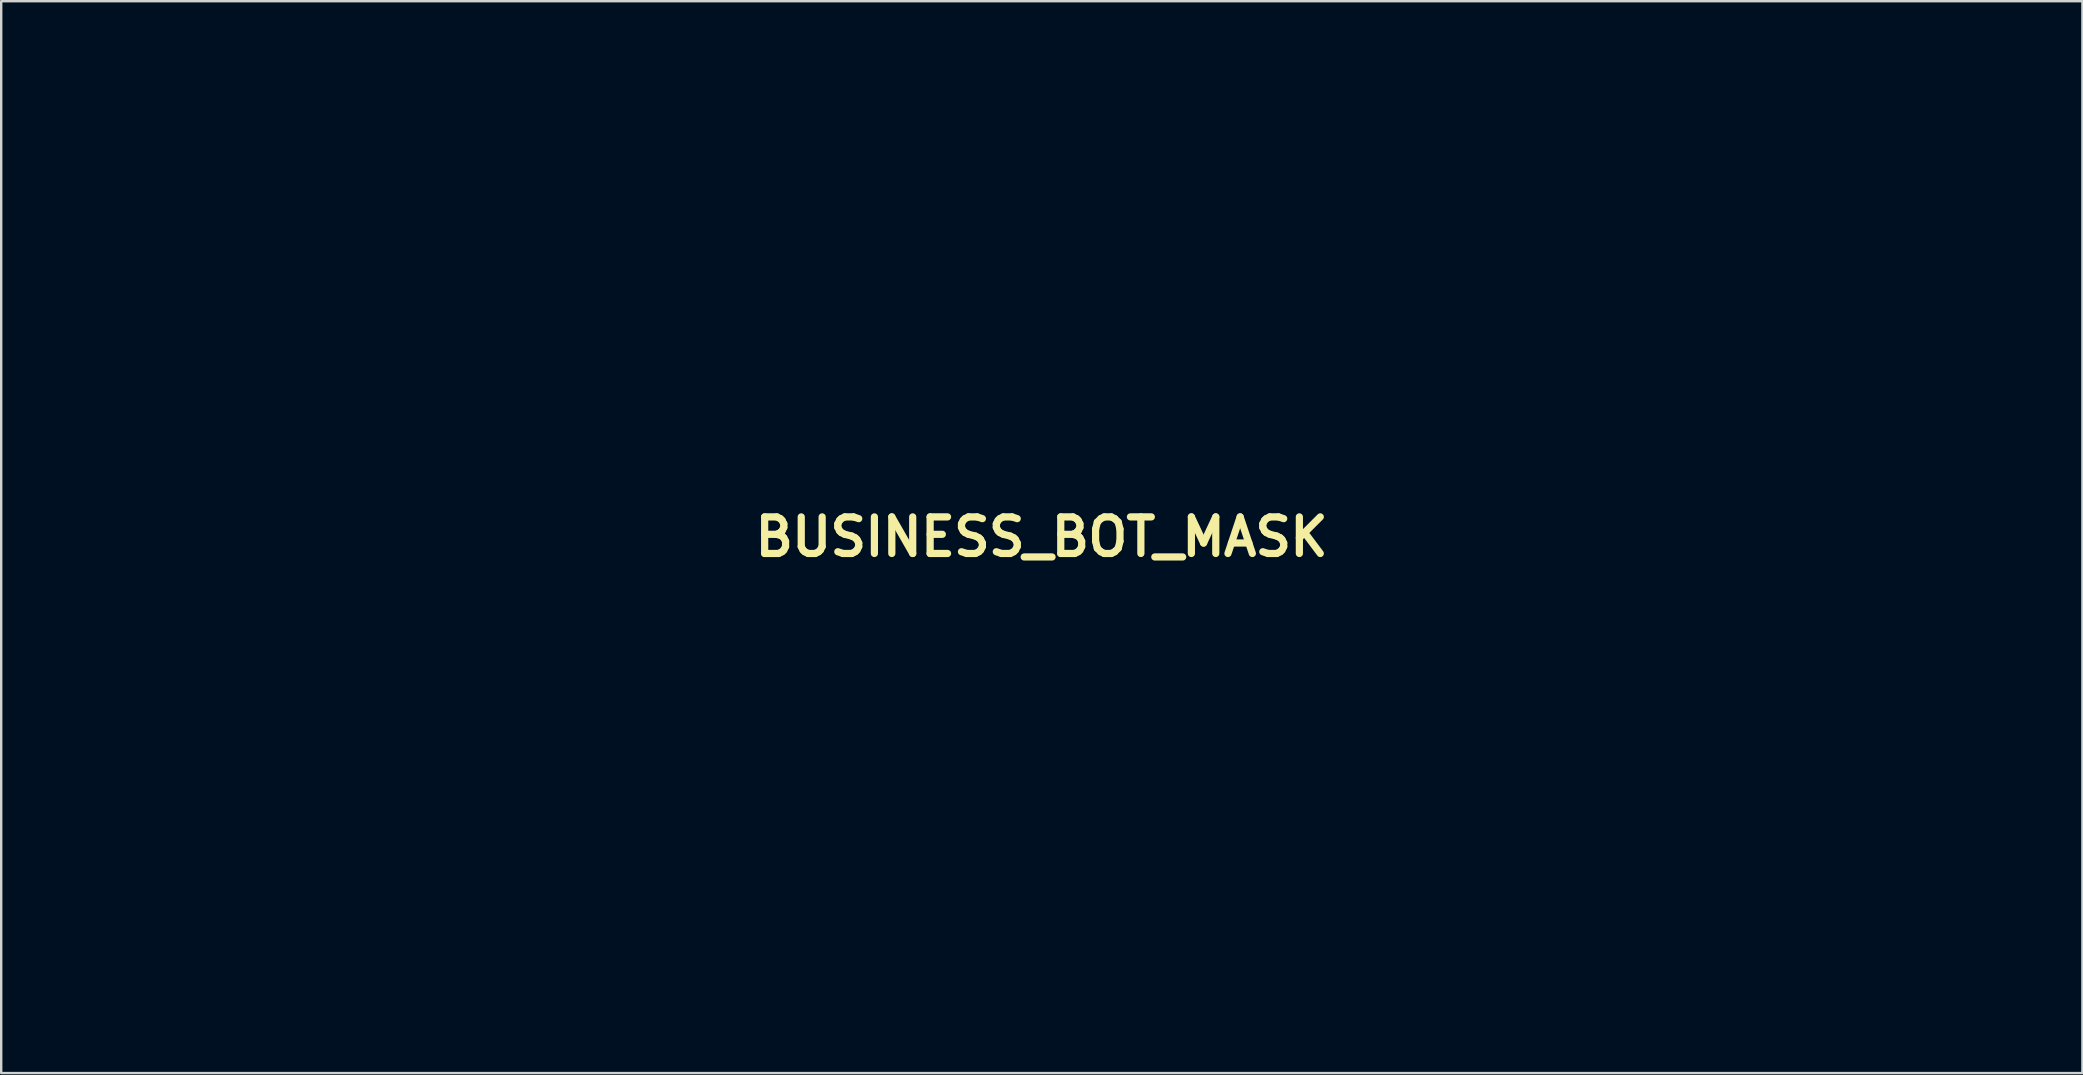
<source format=kicad_pcb>
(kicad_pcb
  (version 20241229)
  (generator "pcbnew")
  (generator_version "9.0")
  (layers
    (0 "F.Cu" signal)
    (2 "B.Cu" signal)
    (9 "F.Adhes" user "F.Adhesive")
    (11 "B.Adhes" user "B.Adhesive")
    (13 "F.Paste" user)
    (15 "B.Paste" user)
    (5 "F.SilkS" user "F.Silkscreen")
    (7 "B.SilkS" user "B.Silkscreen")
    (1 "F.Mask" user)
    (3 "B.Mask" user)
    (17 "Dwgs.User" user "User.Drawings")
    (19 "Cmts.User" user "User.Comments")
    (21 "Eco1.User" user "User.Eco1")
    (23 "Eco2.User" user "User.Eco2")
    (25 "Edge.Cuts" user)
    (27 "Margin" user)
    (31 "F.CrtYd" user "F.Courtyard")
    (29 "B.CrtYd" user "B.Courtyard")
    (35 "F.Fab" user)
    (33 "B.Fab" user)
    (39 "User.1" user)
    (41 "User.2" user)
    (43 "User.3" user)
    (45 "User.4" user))
  (footprint "BUSINESS_BOT_MASK"
    (layer "F.Cu")
    (at 40.35 19.322)
    (property "Reference" "BUSINESS_BOT_MASK" (at 0 0 0) (layer "F.SilkS") (effects (font (size 1.524 1.524) (thickness 0.3))))
    (attr through_hole)
    (fp_poly (pts (xy -40.023 14.894) (xy -40.328 14.894) (xy -40.328 12.319) (xy -40.023 12.319) (xy -40.023 14.894)) (stroke (width 0.01) (type solid)) (fill yes) (layer "F.Mask"))
    (fp_poly (pts (xy -34.16 14.894) (xy -34.465 14.894) (xy -34.465 13.132) (xy -34.16 13.132) (xy -34.16 14.894)) (stroke (width 0.01) (type solid)) (fill yes) (layer "F.Mask"))
    (fp_poly (pts (xy -33.195 1.661) (xy -33.5 1.661) (xy -33.5 -0.119) (xy -33.195 -0.119) (xy -33.195 1.661)) (stroke (width 0.01) (type solid)) (fill yes) (layer "F.Mask"))
    (fp_poly (pts (xy -32.974 19.317) (xy -33.279 19.317) (xy -33.279 17.538) (xy -32.974 17.538) (xy -32.974 19.317)) (stroke (width 0.01) (type solid)) (fill yes) (layer "F.Mask"))
    (fp_poly (pts (xy -32.11 6.083) (xy -32.415 6.083) (xy -32.415 4.304) (xy -32.11 4.304) (xy -32.11 6.083)) (stroke (width 0.01) (type solid)) (fill yes) (layer "F.Mask"))
    (fp_poly (pts (xy -30.28 6.083) (xy -30.602 6.083) (xy -30.602 3.558) (xy -30.28 3.558) (xy -30.28 6.083)) (stroke (width 0.01) (type solid)) (fill yes) (layer "F.Mask"))
    (fp_poly (pts (xy -23.316 14.894) (xy -23.621 14.894) (xy -23.621 13.132) (xy -23.316 13.132) (xy -23.316 14.894)) (stroke (width 0.01) (type solid)) (fill yes) (layer "F.Mask"))
    (fp_poly (pts (xy -39.938 1.389) (xy -38.837 1.389) (xy -38.837 1.661) (xy -40.26 1.661) (xy -40.26 -0.847) (xy -39.938 -0.847) (xy -39.938 1.389)) (stroke (width 0.01) (type solid)) (fill yes) (layer "F.Mask"))
    (fp_poly (pts (xy -16.809 -0.593) (xy -18.029 -0.593) (xy -18.029 0.271) (xy -17.046 0.271) (xy -17.046 0.525) (xy -18.029 0.525) (xy -18.029 1.389) (xy -16.809 1.389) (xy -16.809 1.661) (xy -18.351 1.661) (xy -18.351 -0.847) (xy -16.809 -0.847) (xy -16.809 -0.593)) (stroke (width 0.01) (type solid)) (fill yes) (layer "F.Mask"))
    (fp_poly (pts (xy -30.103 -0.782) (xy -30.042 -0.742) (xy -30.001 -0.685) (xy -29.984 -0.615) (xy -29.997 -0.541) (xy -29.999 -0.534) (xy -30.04 -0.475) (xy -30.1 -0.438) (xy -30.17 -0.424) (xy -30.241 -0.436) (xy -30.295 -0.467) (xy -30.341 -0.524) (xy -30.36 -0.59) (xy -30.354 -0.657) (xy -30.327 -0.718) (xy -30.28 -0.765) (xy -30.217 -0.793) (xy -30.18 -0.796) (xy -30.103 -0.782)) (stroke (width 0.01) (type solid)) (fill yes) (layer "F.Mask"))
    (fp_poly (pts (xy -6.604 5.686) (xy -6.534 5.718) (xy -6.484 5.774) (xy -6.458 5.851) (xy -6.456 5.888) (xy -6.47 5.971) (xy -6.511 6.035) (xy -6.564 6.072) (xy -6.646 6.097) (xy -6.723 6.09) (xy -6.775 6.066) (xy -6.833 6.013) (xy -6.865 5.949) (xy -6.873 5.878) (xy -6.858 5.809) (xy -6.821 5.749) (xy -6.765 5.704) (xy -6.691 5.681) (xy -6.604 5.686)) (stroke (width 0.01) (type solid)) (fill yes) (layer "F.Mask"))
    (fp_poly (pts (xy -33.297 -0.891) (xy -33.23 -0.864) (xy -33.175 -0.813) (xy -33.149 -0.767) (xy -33.132 -0.688) (xy -33.144 -0.614) (xy -33.179 -0.549) (xy -33.233 -0.5) (xy -33.301 -0.471) (xy -33.378 -0.47) (xy -33.404 -0.475) (xy -33.477 -0.512) (xy -33.528 -0.571) (xy -33.554 -0.644) (xy -33.552 -0.724) (xy -33.541 -0.761) (xy -33.498 -0.829) (xy -33.438 -0.873) (xy -33.369 -0.894) (xy -33.297 -0.891)) (stroke (width 0.01) (type solid)) (fill yes) (layer "F.Mask"))
    (fp_poly (pts (xy -33.033 16.778) (xy -32.972 16.822) (xy -32.932 16.878) (xy -32.91 16.951) (xy -32.917 17.022) (xy -32.947 17.085) (xy -32.996 17.136) (xy -33.059 17.17) (xy -33.13 17.183) (xy -33.205 17.168) (xy -33.23 17.156) (xy -33.291 17.105) (xy -33.328 17.036) (xy -33.337 16.955) (xy -33.329 16.907) (xy -33.295 16.836) (xy -33.241 16.787) (xy -33.175 16.761) (xy -33.103 16.758) (xy -33.033 16.778)) (stroke (width 0.01) (type solid)) (fill yes) (layer "F.Mask"))
    (fp_poly (pts (xy -23.947 -0.792) (xy -23.884 -0.765) (xy -23.833 -0.718) (xy -23.8 -0.654) (xy -23.79 -0.592) (xy -23.802 -0.542) (xy -23.839 -0.49) (xy -23.848 -0.481) (xy -23.891 -0.444) (xy -23.933 -0.427) (xy -23.979 -0.424) (xy -24.053 -0.435) (xy -24.1 -0.462) (xy -24.149 -0.521) (xy -24.169 -0.589) (xy -24.161 -0.66) (xy -24.125 -0.725) (xy -24.079 -0.768) (xy -24.014 -0.794) (xy -23.947 -0.792)) (stroke (width 0.01) (type solid)) (fill yes) (layer "F.Mask"))
    (fp_poly (pts (xy -23.217 -0.77) (xy -23.163 -0.724) (xy -23.138 -0.685) (xy -23.12 -0.635) (xy -23.119 -0.591) (xy -23.128 -0.558) (xy -23.163 -0.492) (xy -23.217 -0.447) (xy -23.282 -0.424) (xy -23.351 -0.426) (xy -23.415 -0.455) (xy -23.435 -0.472) (xy -23.484 -0.541) (xy -23.5 -0.613) (xy -23.495 -0.655) (xy -23.463 -0.722) (xy -23.412 -0.768) (xy -23.349 -0.791) (xy -23.282 -0.792) (xy -23.217 -0.77)) (stroke (width 0.01) (type solid)) (fill yes) (layer "F.Mask"))
    (fp_poly (pts (xy -18.708 3.527) (xy -18.647 3.567) (xy -18.612 3.612) (xy -18.588 3.69) (xy -18.591 3.764) (xy -18.619 3.829) (xy -18.665 3.882) (xy -18.725 3.917) (xy -18.794 3.93) (xy -18.868 3.916) (xy -18.905 3.898) (xy -18.967 3.843) (xy -19.002 3.775) (xy -19.008 3.7) (xy -18.986 3.626) (xy -18.936 3.559) (xy -18.917 3.543) (xy -18.853 3.513) (xy -18.78 3.508) (xy -18.708 3.527)) (stroke (width 0.01) (type solid)) (fill yes) (layer "F.Mask"))
    (fp_poly (pts (xy -34.279 12.344) (xy -34.202 12.375) (xy -34.148 12.426) (xy -34.115 12.49) (xy -34.106 12.56) (xy -34.119 12.63) (xy -34.157 12.694) (xy -34.218 12.743) (xy -34.25 12.758) (xy -34.307 12.774) (xy -34.356 12.77) (xy -34.415 12.747) (xy -34.476 12.7) (xy -34.513 12.641) (xy -34.526 12.574) (xy -34.519 12.505) (xy -34.493 12.441) (xy -34.45 12.388) (xy -34.393 12.352) (xy -34.323 12.339) (xy -34.279 12.344)) (stroke (width 0.01) (type solid)) (fill yes) (layer "F.Mask"))
    (fp_poly (pts (xy -32.239 18.919) (xy -32.168 18.952) (xy -32.132 18.985) (xy -32.095 19.031) (xy -32.079 19.076) (xy -32.076 19.122) (xy -32.09 19.208) (xy -32.13 19.273) (xy -32.194 19.316) (xy -32.28 19.333) (xy -32.297 19.334) (xy -32.35 19.328) (xy -32.391 19.307) (xy -32.424 19.277) (xy -32.476 19.211) (xy -32.496 19.144) (xy -32.486 19.07) (xy -32.481 19.056) (xy -32.441 18.984) (xy -32.382 18.936) (xy -32.312 18.914) (xy -32.239 18.919)) (stroke (width 0.01) (type solid)) (fill yes) (layer "F.Mask"))
    (fp_poly (pts (xy -32.224 3.518) (xy -32.184 3.535) (xy -32.124 3.577) (xy -32.076 3.633) (xy -32.047 3.694) (xy -32.042 3.726) (xy -32.058 3.797) (xy -32.099 3.861) (xy -32.157 3.913) (xy -32.225 3.943) (xy -32.262 3.948) (xy -32.306 3.94) (xy -32.357 3.921) (xy -32.363 3.918) (xy -32.422 3.872) (xy -32.462 3.808) (xy -32.478 3.736) (xy -32.476 3.703) (xy -32.446 3.628) (xy -32.391 3.565) (xy -32.321 3.525) (xy -32.314 3.523) (xy -32.265 3.512) (xy -32.224 3.518)) (stroke (width 0.01) (type solid)) (fill yes) (layer "F.Mask"))
    (fp_poly (pts (xy -23.398 12.351) (xy -23.333 12.393) (xy -23.282 12.453) (xy -23.253 12.523) (xy -23.248 12.562) (xy -23.264 12.631) (xy -23.305 12.693) (xy -23.364 12.743) (xy -23.433 12.772) (xy -23.471 12.776) (xy -23.512 12.767) (xy -23.56 12.746) (xy -23.565 12.743) (xy -23.632 12.685) (xy -23.669 12.614) (xy -23.676 12.556) (xy -23.669 12.5) (xy -23.651 12.45) (xy -23.648 12.446) (xy -23.603 12.397) (xy -23.545 12.359) (xy -23.486 12.337) (xy -23.468 12.336) (xy -23.398 12.351)) (stroke (width 0.01) (type solid)) (fill yes) (layer "F.Mask"))
    (fp_poly (pts (xy -29.449 -0.791) (xy -29.408 -0.771) (xy -29.372 -0.739) (xy -29.334 -0.695) (xy -29.317 -0.652) (xy -29.314 -0.61) (xy -29.319 -0.558) (xy -29.34 -0.517) (xy -29.372 -0.481) (xy -29.416 -0.443) (xy -29.458 -0.427) (xy -29.501 -0.424) (xy -29.553 -0.429) (xy -29.594 -0.449) (xy -29.629 -0.481) (xy -29.667 -0.525) (xy -29.684 -0.568) (xy -29.687 -0.61) (xy -29.682 -0.662) (xy -29.661 -0.703) (xy -29.629 -0.739) (xy -29.585 -0.777) (xy -29.543 -0.793) (xy -29.501 -0.796) (xy -29.449 -0.791)) (stroke (width 0.01) (type solid)) (fill yes) (layer "F.Mask"))
    (fp_poly (pts (xy -22.567 14.508) (xy -22.525 14.524) (xy -22.483 14.557) (xy -22.478 14.562) (xy -22.44 14.602) (xy -22.423 14.64) (xy -22.418 14.69) (xy -22.418 14.699) (xy -22.431 14.788) (xy -22.469 14.857) (xy -22.53 14.903) (xy -22.601 14.925) (xy -22.668 14.92) (xy -22.723 14.899) (xy -22.786 14.85) (xy -22.824 14.786) (xy -22.834 14.713) (xy -22.818 14.638) (xy -22.773 14.569) (xy -22.765 14.561) (xy -22.725 14.526) (xy -22.687 14.509) (xy -22.634 14.505) (xy -22.624 14.505) (xy -22.567 14.508)) (stroke (width 0.01) (type solid)) (fill yes) (layer "F.Mask"))
    (fp_poly (pts (xy -11.319 5.795) (xy -10.235 5.795) (xy -10.235 6.083) (xy -10.935 6.083) (xy -11.086 6.083) (xy -11.226 6.082) (xy -11.352 6.081) (xy -11.46 6.079) (xy -11.547 6.077) (xy -11.609 6.075) (xy -11.642 6.073) (xy -11.647 6.072) (xy -11.648 6.053) (xy -11.65 6.004) (xy -11.652 5.926) (xy -11.653 5.822) (xy -11.655 5.695) (xy -11.656 5.547) (xy -11.657 5.381) (xy -11.657 5.2) (xy -11.658 5.007) (xy -11.658 4.809) (xy -11.658 3.558) (xy -11.319 3.558) (xy -11.319 5.795)) (stroke (width 0.01) (type solid)) (fill yes) (layer "F.Mask"))
    (fp_poly (pts (xy -22.292 1.273) (xy -22.228 1.307) (xy -22.181 1.359) (xy -22.153 1.435) (xy -22.146 1.53) (xy -22.161 1.638) (xy -22.195 1.752) (xy -22.248 1.865) (xy -22.262 1.889) (xy -22.3 1.947) (xy -22.344 2.006) (xy -22.388 2.061) (xy -22.428 2.105) (xy -22.458 2.131) (xy -22.468 2.135) (xy -22.488 2.124) (xy -22.508 2.104) (xy -22.53 2.073) (xy -22.532 2.043) (xy -22.513 2.006) (xy -22.477 1.961) (xy -22.434 1.904) (xy -22.393 1.839) (xy -22.36 1.774) (xy -22.338 1.719) (xy -22.333 1.691) (xy -22.346 1.665) (xy -22.368 1.661) (xy -22.436 1.645) (xy -22.492 1.604) (xy -22.532 1.545) (xy -22.551 1.475) (xy -22.546 1.4) (xy -22.534 1.365) (xy -22.491 1.308) (xy -22.432 1.274) (xy -22.362 1.262) (xy -22.292 1.273)) (stroke (width 0.01) (type solid)) (fill yes) (layer "F.Mask"))
    (fp_poly (pts (xy -34.859 13.108) (xy -34.831 13.115) (xy -34.769 13.135) (xy -34.78 13.257) (xy -34.787 13.318) (xy -34.794 13.367) (xy -34.8 13.392) (xy -34.8 13.392) (xy -34.82 13.398) (xy -34.864 13.399) (xy -34.924 13.396) (xy -34.93 13.395) (xy -35.063 13.395) (xy -35.177 13.422) (xy -35.273 13.478) (xy -35.354 13.563) (xy -35.414 13.665) (xy -35.465 13.772) (xy -35.465 14.894) (xy -35.77 14.894) (xy -35.77 13.132) (xy -35.652 13.132) (xy -35.579 13.135) (xy -35.534 13.148) (xy -35.51 13.177) (xy -35.5 13.227) (xy -35.498 13.271) (xy -35.494 13.337) (xy -35.486 13.403) (xy -35.485 13.411) (xy -35.473 13.479) (xy -35.426 13.398) (xy -35.346 13.281) (xy -35.26 13.195) (xy -35.165 13.138) (xy -35.057 13.108) (xy -35.009 13.102) (xy -34.929 13.101) (xy -34.859 13.108)) (stroke (width 0.01) (type solid)) (fill yes) (layer "F.Mask"))
    (fp_poly (pts (xy -39.423 17.52) (xy -39.378 17.537) (xy -39.355 17.566) (xy -39.35 17.614) (xy -39.354 17.679) (xy -39.361 17.74) (xy -39.368 17.787) (xy -39.373 17.811) (xy -39.373 17.812) (xy -39.392 17.816) (xy -39.436 17.817) (xy -39.499 17.816) (xy -39.529 17.814) (xy -39.631 17.811) (xy -39.708 17.817) (xy -39.74 17.824) (xy -39.813 17.864) (xy -39.885 17.93) (xy -39.951 18.017) (xy -39.988 18.085) (xy -40.04 18.195) (xy -40.04 19.317) (xy -40.345 19.317) (xy -40.345 17.538) (xy -40.228 17.538) (xy -40.154 17.541) (xy -40.109 17.55) (xy -40.096 17.559) (xy -40.089 17.584) (xy -40.079 17.635) (xy -40.07 17.701) (xy -40.065 17.741) (xy -40.048 17.902) (xy -39.993 17.806) (xy -39.913 17.694) (xy -39.819 17.606) (xy -39.714 17.544) (xy -39.603 17.511) (xy -39.496 17.509) (xy -39.423 17.52)) (stroke (width 0.01) (type solid)) (fill yes) (layer "F.Mask"))
    (fp_poly (pts (xy -29.777 13.107) (xy -29.74 13.117) (xy -29.711 13.131) (xy -29.694 13.152) (xy -29.688 13.188) (xy -29.691 13.244) (xy -29.701 13.318) (xy -29.712 13.395) (xy -29.882 13.395) (xy -29.966 13.396) (xy -30.026 13.401) (xy -30.071 13.41) (xy -30.11 13.426) (xy -30.121 13.432) (xy -30.199 13.486) (xy -30.265 13.563) (xy -30.326 13.667) (xy -30.333 13.683) (xy -30.382 13.784) (xy -30.382 14.339) (xy -30.382 14.894) (xy -30.67 14.894) (xy -30.67 13.132) (xy -30.562 13.132) (xy -30.494 13.136) (xy -30.449 13.145) (xy -30.436 13.154) (xy -30.426 13.179) (xy -30.417 13.23) (xy -30.408 13.296) (xy -30.406 13.323) (xy -30.4 13.389) (xy -30.392 13.44) (xy -30.386 13.468) (xy -30.384 13.471) (xy -30.371 13.457) (xy -30.348 13.422) (xy -30.331 13.391) (xy -30.275 13.306) (xy -30.203 13.227) (xy -30.125 13.165) (xy -30.049 13.126) (xy -29.961 13.105) (xy -29.865 13.099) (xy -29.777 13.107)) (stroke (width 0.01) (type solid)) (fill yes) (layer "F.Mask"))
    (fp_poly (pts (xy -33.939 -0.133) (xy -33.88 -0.126) (xy -33.846 -0.118) (xy -33.822 -0.108) (xy -33.809 -0.094) (xy -33.805 -0.067) (xy -33.807 -0.021) (xy -33.811 0.02) (xy -33.818 0.081) (xy -33.825 0.129) (xy -33.831 0.154) (xy -33.831 0.155) (xy -33.852 0.161) (xy -33.897 0.163) (xy -33.957 0.16) (xy -33.971 0.159) (xy -34.097 0.158) (xy -34.202 0.18) (xy -34.289 0.227) (xy -34.363 0.303) (xy -34.43 0.409) (xy -34.44 0.428) (xy -34.499 0.547) (xy -34.499 1.661) (xy -34.787 1.661) (xy -34.787 -0.119) (xy -34.707 -0.118) (xy -34.624 -0.114) (xy -34.572 -0.101) (xy -34.545 -0.078) (xy -34.543 -0.073) (xy -34.537 -0.045) (xy -34.53 0.007) (xy -34.524 0.073) (xy -34.522 0.095) (xy -34.516 0.159) (xy -34.509 0.209) (xy -34.503 0.235) (xy -34.501 0.237) (xy -34.488 0.224) (xy -34.466 0.189) (xy -34.451 0.162) (xy -34.372 0.041) (xy -34.28 -0.048) (xy -34.175 -0.106) (xy -34.056 -0.133) (xy -34.006 -0.136) (xy -33.939 -0.133)) (stroke (width 0.01) (type solid)) (fill yes) (layer "F.Mask"))
    (fp_poly (pts (xy -37.902 4.961) (xy -37.897 5.617) (xy -37.85 5.696) (xy -37.8 5.767) (xy -37.742 5.815) (xy -37.67 5.842) (xy -37.575 5.854) (xy -37.532 5.854) (xy -37.407 5.845) (xy -37.299 5.813) (xy -37.197 5.755) (xy -37.121 5.694) (xy -37.041 5.623) (xy -37.041 4.304) (xy -36.736 4.304) (xy -36.736 6.087) (xy -36.846 6.08) (xy -36.905 6.074) (xy -36.952 6.065) (xy -36.973 6.056) (xy -36.985 6.031) (xy -36.996 5.984) (xy -37 5.955) (xy -37.009 5.889) (xy -37.019 5.853) (xy -37.035 5.844) (xy -37.064 5.86) (xy -37.105 5.893) (xy -37.212 5.975) (xy -37.311 6.033) (xy -37.408 6.071) (xy -37.414 6.073) (xy -37.52 6.094) (xy -37.637 6.098) (xy -37.752 6.088) (xy -37.834 6.068) (xy -37.952 6.01) (xy -38.05 5.926) (xy -38.125 5.818) (xy -38.176 5.689) (xy -38.183 5.661) (xy -38.191 5.622) (xy -38.197 5.576) (xy -38.201 5.519) (xy -38.205 5.447) (xy -38.207 5.356) (xy -38.209 5.243) (xy -38.21 5.103) (xy -38.21 4.934) (xy -38.21 4.923) (xy -38.21 4.304) (xy -37.907 4.304) (xy -37.902 4.961)) (stroke (width 0.01) (type solid)) (fill yes) (layer "F.Mask"))
    (fp_poly (pts (xy -37.447 13.772) (xy -37.447 13.936) (xy -37.447 14.07) (xy -37.446 14.177) (xy -37.445 14.261) (xy -37.443 14.325) (xy -37.44 14.374) (xy -37.436 14.411) (xy -37.43 14.439) (xy -37.423 14.462) (xy -37.414 14.484) (xy -37.407 14.498) (xy -37.351 14.583) (xy -37.275 14.643) (xy -37.183 14.68) (xy -37.079 14.692) (xy -36.969 14.679) (xy -36.855 14.642) (xy -36.742 14.58) (xy -36.664 14.521) (xy -36.583 14.451) (xy -36.583 13.132) (xy -36.278 13.132) (xy -36.278 14.896) (xy -36.401 14.891) (xy -36.524 14.886) (xy -36.536 14.827) (xy -36.548 14.767) (xy -36.558 14.704) (xy -36.559 14.702) (xy -36.569 14.637) (xy -36.648 14.712) (xy -36.777 14.812) (xy -36.916 14.882) (xy -37.061 14.921) (xy -37.21 14.928) (xy -37.347 14.905) (xy -37.466 14.856) (xy -37.57 14.778) (xy -37.654 14.675) (xy -37.706 14.574) (xy -37.715 14.549) (xy -37.723 14.524) (xy -37.73 14.496) (xy -37.735 14.461) (xy -37.739 14.415) (xy -37.742 14.356) (xy -37.744 14.278) (xy -37.746 14.18) (xy -37.747 14.056) (xy -37.748 13.904) (xy -37.749 13.806) (xy -37.754 13.132) (xy -37.448 13.132) (xy -37.447 13.772)) (stroke (width 0.01) (type solid)) (fill yes) (layer "F.Mask"))
    (fp_poly (pts (xy -30.928 0.072) (xy -30.93 0.278) (xy -30.932 0.452) (xy -30.934 0.599) (xy -30.936 0.72) (xy -30.939 0.819) (xy -30.942 0.899) (xy -30.945 0.962) (xy -30.949 1.012) (xy -30.954 1.051) (xy -30.96 1.082) (xy -30.964 1.098) (xy -31.02 1.261) (xy -31.097 1.398) (xy -31.195 1.508) (xy -31.314 1.592) (xy -31.456 1.651) (xy -31.532 1.67) (xy -31.646 1.688) (xy -31.758 1.691) (xy -31.881 1.678) (xy -31.938 1.669) (xy -31.998 1.657) (xy -32.044 1.648) (xy -32.066 1.641) (xy -32.067 1.641) (xy -32.069 1.618) (xy -32.066 1.574) (xy -32.058 1.519) (xy -32.049 1.465) (xy -32.038 1.422) (xy -32.03 1.404) (xy -32.011 1.395) (xy -31.975 1.393) (xy -31.917 1.399) (xy -31.869 1.406) (xy -31.724 1.415) (xy -31.598 1.397) (xy -31.491 1.351) (xy -31.403 1.277) (xy -31.336 1.177) (xy -31.289 1.049) (xy -31.286 1.035) (xy -31.28 1.004) (xy -31.276 0.957) (xy -31.272 0.893) (xy -31.269 0.808) (xy -31.267 0.702) (xy -31.265 0.57) (xy -31.264 0.411) (xy -31.263 0.223) (xy -31.263 0.047) (xy -31.263 -0.847) (xy -30.921 -0.847) (xy -30.928 0.072)) (stroke (width 0.01) (type solid)) (fill yes) (layer "F.Mask"))
    (fp_poly (pts (xy -36.8 18.179) (xy -36.795 18.82) (xy -36.744 18.919) (xy -36.695 18.997) (xy -36.635 19.05) (xy -36.56 19.082) (xy -36.462 19.095) (xy -36.416 19.097) (xy -36.284 19.082) (xy -36.161 19.038) (xy -36.043 18.962) (xy -36.003 18.928) (xy -35.923 18.856) (xy -35.923 17.538) (xy -35.635 17.538) (xy -35.635 19.317) (xy -35.734 19.317) (xy -35.803 19.312) (xy -35.849 19.294) (xy -35.876 19.257) (xy -35.893 19.194) (xy -35.898 19.16) (xy -35.905 19.108) (xy -35.913 19.073) (xy -35.918 19.063) (xy -35.934 19.073) (xy -35.967 19.101) (xy -36.011 19.14) (xy -36.014 19.143) (xy -36.078 19.195) (xy -36.152 19.245) (xy -36.203 19.274) (xy -36.254 19.297) (xy -36.3 19.312) (xy -36.351 19.321) (xy -36.419 19.327) (xy -36.482 19.329) (xy -36.571 19.33) (xy -36.636 19.327) (xy -36.688 19.319) (xy -36.735 19.304) (xy -36.746 19.3) (xy -36.861 19.237) (xy -36.954 19.15) (xy -37.024 19.038) (xy -37.071 18.902) (xy -37.091 18.783) (xy -37.096 18.728) (xy -37.1 18.644) (xy -37.103 18.538) (xy -37.106 18.415) (xy -37.108 18.28) (xy -37.109 18.139) (xy -37.109 18.084) (xy -37.109 17.538) (xy -36.806 17.538) (xy -36.8 18.179)) (stroke (width 0.01) (type solid)) (fill yes) (layer "F.Mask"))
    (fp_poly (pts (xy -29.111 13.747) (xy -29.111 13.926) (xy -29.11 14.074) (xy -29.107 14.196) (xy -29.104 14.293) (xy -29.097 14.37) (xy -29.089 14.431) (xy -29.077 14.478) (xy -29.061 14.514) (xy -29.042 14.545) (xy -29.018 14.572) (xy -28.993 14.595) (xy -28.905 14.653) (xy -28.802 14.684) (xy -28.691 14.687) (xy -28.575 14.664) (xy -28.459 14.615) (xy -28.349 14.541) (xy -28.327 14.522) (xy -28.247 14.451) (xy -28.247 13.132) (xy -27.942 13.132) (xy -27.942 14.894) (xy -28.05 14.894) (xy -28.12 14.891) (xy -28.164 14.878) (xy -28.189 14.847) (xy -28.203 14.792) (xy -28.208 14.751) (xy -28.214 14.7) (xy -28.221 14.666) (xy -28.225 14.657) (xy -28.24 14.667) (xy -28.275 14.693) (xy -28.322 14.73) (xy -28.328 14.736) (xy -28.449 14.822) (xy -28.566 14.88) (xy -28.689 14.912) (xy -28.786 14.922) (xy -28.904 14.921) (xy -28.997 14.907) (xy -29.019 14.901) (xy -29.134 14.848) (xy -29.234 14.768) (xy -29.313 14.665) (xy -29.371 14.542) (xy -29.399 14.428) (xy -29.403 14.387) (xy -29.407 14.317) (xy -29.41 14.223) (xy -29.412 14.109) (xy -29.414 13.979) (xy -29.415 13.84) (xy -29.416 13.729) (xy -29.416 13.132) (xy -29.111 13.132) (xy -29.111 13.747)) (stroke (width 0.01) (type solid)) (fill yes) (layer "F.Mask"))
    (fp_poly (pts (xy -26.754 4.281) (xy -26.628 4.315) (xy -26.516 4.373) (xy -26.421 4.454) (xy -26.351 4.555) (xy -26.349 4.558) (xy -26.328 4.601) (xy -26.311 4.645) (xy -26.297 4.694) (xy -26.287 4.75) (xy -26.279 4.818) (xy -26.273 4.901) (xy -26.269 5.003) (xy -26.266 5.128) (xy -26.265 5.28) (xy -26.264 5.46) (xy -26.264 6.083) (xy -26.568 6.083) (xy -26.573 5.427) (xy -26.574 5.26) (xy -26.575 5.124) (xy -26.577 5.014) (xy -26.579 4.928) (xy -26.581 4.862) (xy -26.585 4.813) (xy -26.589 4.776) (xy -26.595 4.749) (xy -26.602 4.728) (xy -26.61 4.709) (xy -26.615 4.7) (xy -26.679 4.613) (xy -26.76 4.553) (xy -26.857 4.518) (xy -26.963 4.509) (xy -27.076 4.526) (xy -27.191 4.57) (xy -27.306 4.64) (xy -27.353 4.678) (xy -27.433 4.747) (xy -27.433 6.083) (xy -27.738 6.083) (xy -27.738 4.304) (xy -27.63 4.304) (xy -27.563 4.307) (xy -27.518 4.317) (xy -27.505 4.325) (xy -27.492 4.354) (xy -27.481 4.402) (xy -27.476 4.431) (xy -27.466 4.498) (xy -27.456 4.534) (xy -27.439 4.542) (xy -27.411 4.525) (xy -27.369 4.487) (xy -27.253 4.394) (xy -27.131 4.329) (xy -27.026 4.294) (xy -26.888 4.273) (xy -26.754 4.281)) (stroke (width 0.01) (type solid)) (fill yes) (layer "F.Mask"))
    (fp_poly (pts (xy -15.053 4.302) (xy -14.932 4.354) (xy -14.833 4.433) (xy -14.755 4.537) (xy -14.746 4.553) (xy -14.725 4.596) (xy -14.707 4.638) (xy -14.692 4.683) (xy -14.681 4.734) (xy -14.672 4.794) (xy -14.666 4.869) (xy -14.662 4.96) (xy -14.659 5.073) (xy -14.658 5.211) (xy -14.657 5.377) (xy -14.657 5.457) (xy -14.657 6.083) (xy -14.962 6.083) (xy -14.962 5.451) (xy -14.962 5.272) (xy -14.963 5.125) (xy -14.965 5.004) (xy -14.969 4.907) (xy -14.975 4.83) (xy -14.983 4.77) (xy -14.994 4.723) (xy -15.009 4.687) (xy -15.028 4.657) (xy -15.052 4.63) (xy -15.08 4.603) (xy -15.081 4.602) (xy -15.169 4.545) (xy -15.271 4.515) (xy -15.382 4.514) (xy -15.499 4.539) (xy -15.617 4.591) (xy -15.733 4.669) (xy -15.743 4.678) (xy -15.826 4.748) (xy -15.826 6.083) (xy -16.131 6.083) (xy -16.131 4.304) (xy -16.023 4.304) (xy -15.953 4.307) (xy -15.908 4.32) (xy -15.883 4.349) (xy -15.87 4.398) (xy -15.867 4.417) (xy -15.857 4.488) (xy -15.848 4.529) (xy -15.835 4.543) (xy -15.813 4.533) (xy -15.779 4.502) (xy -15.762 4.487) (xy -15.632 4.385) (xy -15.493 4.316) (xy -15.346 4.279) (xy -15.194 4.276) (xy -15.053 4.302)) (stroke (width 0.01) (type solid)) (fill yes) (layer "F.Mask"))
    (fp_poly (pts (xy -36.478 0.538) (xy -36.477 0.705) (xy -36.476 0.841) (xy -36.474 0.95) (xy -36.472 1.036) (xy -36.47 1.102) (xy -36.466 1.152) (xy -36.462 1.188) (xy -36.456 1.215) (xy -36.449 1.237) (xy -36.441 1.255) (xy -36.436 1.264) (xy -36.373 1.35) (xy -36.291 1.41) (xy -36.195 1.445) (xy -36.088 1.454) (xy -35.975 1.437) (xy -35.86 1.394) (xy -35.746 1.325) (xy -35.698 1.287) (xy -35.618 1.217) (xy -35.618 -0.119) (xy -35.313 -0.119) (xy -35.313 1.661) (xy -35.421 1.661) (xy -35.494 1.657) (xy -35.539 1.645) (xy -35.548 1.638) (xy -35.56 1.609) (xy -35.571 1.559) (xy -35.578 1.511) (xy -35.585 1.456) (xy -35.591 1.419) (xy -35.596 1.406) (xy -35.612 1.417) (xy -35.645 1.445) (xy -35.69 1.484) (xy -35.696 1.49) (xy -35.824 1.587) (xy -35.962 1.652) (xy -36.107 1.686) (xy -36.256 1.688) (xy -36.355 1.671) (xy -36.449 1.641) (xy -36.524 1.6) (xy -36.593 1.54) (xy -36.613 1.52) (xy -36.652 1.475) (xy -36.686 1.431) (xy -36.713 1.385) (xy -36.735 1.334) (xy -36.752 1.274) (xy -36.765 1.201) (xy -36.774 1.112) (xy -36.78 1.004) (xy -36.784 0.873) (xy -36.786 0.715) (xy -36.786 0.528) (xy -36.786 0.496) (xy -36.787 -0.119) (xy -36.484 -0.119) (xy -36.478 0.538)) (stroke (width 0.01) (type solid)) (fill yes) (layer "F.Mask"))
    (fp_poly (pts (xy -38.769 18.16) (xy -38.769 18.32) (xy -38.767 18.464) (xy -38.765 18.591) (xy -38.762 18.696) (xy -38.759 18.776) (xy -38.755 18.828) (xy -38.752 18.844) (xy -38.709 18.943) (xy -38.641 19.021) (xy -38.583 19.059) (xy -38.537 19.08) (xy -38.492 19.091) (xy -38.435 19.095) (xy -38.371 19.093) (xy -38.234 19.075) (xy -38.115 19.029) (xy -38.007 18.953) (xy -37.977 18.926) (xy -37.905 18.855) (xy -37.905 17.538) (xy -37.6 17.538) (xy -37.6 19.317) (xy -37.694 19.317) (xy -37.768 19.314) (xy -37.815 19.301) (xy -37.843 19.272) (xy -37.858 19.222) (xy -37.864 19.186) (xy -37.871 19.131) (xy -37.879 19.09) (xy -37.883 19.075) (xy -37.898 19.079) (xy -37.931 19.101) (xy -37.975 19.137) (xy -37.978 19.139) (xy -38.043 19.19) (xy -38.12 19.24) (xy -38.175 19.271) (xy -38.23 19.296) (xy -38.278 19.313) (xy -38.328 19.322) (xy -38.394 19.327) (xy -38.455 19.329) (xy -38.532 19.329) (xy -38.601 19.327) (xy -38.651 19.322) (xy -38.668 19.319) (xy -38.779 19.269) (xy -38.875 19.2) (xy -38.909 19.167) (xy -38.947 19.123) (xy -38.979 19.079) (xy -39.005 19.034) (xy -39.025 18.982) (xy -39.042 18.921) (xy -39.054 18.846) (xy -39.062 18.755) (xy -39.068 18.645) (xy -39.072 18.51) (xy -39.073 18.349) (xy -39.074 18.158) (xy -39.074 18.152) (xy -39.074 17.538) (xy -38.769 17.538) (xy -38.769 18.16)) (stroke (width 0.01) (type solid)) (fill yes) (layer "F.Mask"))
    (fp_poly (pts (xy -28.694 4.286) (xy -28.576 4.323) (xy -28.47 4.385) (xy -28.381 4.471) (xy -28.313 4.581) (xy -28.308 4.59) (xy -28.289 4.637) (xy -28.273 4.687) (xy -28.261 4.744) (xy -28.25 4.811) (xy -28.243 4.892) (xy -28.237 4.991) (xy -28.234 5.111) (xy -28.231 5.257) (xy -28.23 5.431) (xy -28.23 5.511) (xy -28.23 6.083) (xy -28.535 6.083) (xy -28.535 5.485) (xy -28.535 5.317) (xy -28.536 5.18) (xy -28.538 5.069) (xy -28.54 4.98) (xy -28.544 4.911) (xy -28.548 4.858) (xy -28.554 4.817) (xy -28.561 4.787) (xy -28.599 4.681) (xy -28.653 4.604) (xy -28.726 4.552) (xy -28.821 4.524) (xy -28.924 4.516) (xy -29.043 4.527) (xy -29.151 4.562) (xy -29.255 4.625) (xy -29.327 4.684) (xy -29.416 4.765) (xy -29.416 6.083) (xy -29.557 6.083) (xy -29.623 6.082) (xy -29.676 6.078) (xy -29.706 6.074) (xy -29.71 6.072) (xy -29.712 6.053) (xy -29.714 6.004) (xy -29.716 5.927) (xy -29.717 5.826) (xy -29.719 5.704) (xy -29.72 5.564) (xy -29.72 5.409) (xy -29.721 5.243) (xy -29.721 5.182) (xy -29.721 4.304) (xy -29.603 4.304) (xy -29.536 4.306) (xy -29.493 4.315) (xy -29.467 4.339) (xy -29.453 4.383) (xy -29.442 4.454) (xy -29.441 4.46) (xy -29.429 4.557) (xy -29.343 4.482) (xy -29.218 4.391) (xy -29.087 4.326) (xy -28.954 4.287) (xy -28.822 4.274) (xy -28.694 4.286)) (stroke (width 0.01) (type solid)) (fill yes) (layer "F.Mask"))
    (fp_poly (pts (xy -35.936 4.952) (xy -35.935 5.118) (xy -35.934 5.253) (xy -35.932 5.361) (xy -35.93 5.446) (xy -35.927 5.511) (xy -35.924 5.56) (xy -35.919 5.596) (xy -35.914 5.623) (xy -35.907 5.644) (xy -35.898 5.662) (xy -35.894 5.67) (xy -35.831 5.759) (xy -35.753 5.819) (xy -35.656 5.853) (xy -35.539 5.86) (xy -35.515 5.859) (xy -35.395 5.838) (xy -35.286 5.792) (xy -35.181 5.718) (xy -35.147 5.688) (xy -35.058 5.604) (xy -35.058 4.304) (xy -34.77 4.304) (xy -34.77 6.083) (xy -34.851 6.083) (xy -34.928 6.078) (xy -34.979 6.059) (xy -35.01 6.021) (xy -35.028 5.958) (xy -35.031 5.939) (xy -35.04 5.884) (xy -35.047 5.845) (xy -35.051 5.831) (xy -35.066 5.838) (xy -35.098 5.863) (xy -35.142 5.9) (xy -35.147 5.904) (xy -35.213 5.956) (xy -35.29 6.006) (xy -35.343 6.036) (xy -35.4 6.062) (xy -35.45 6.078) (xy -35.507 6.088) (xy -35.582 6.093) (xy -35.614 6.095) (xy -35.706 6.096) (xy -35.775 6.092) (xy -35.831 6.081) (xy -35.863 6.071) (xy -35.983 6.011) (xy -36.081 5.925) (xy -36.126 5.866) (xy -36.151 5.826) (xy -36.173 5.789) (xy -36.19 5.751) (xy -36.204 5.708) (xy -36.215 5.657) (xy -36.223 5.594) (xy -36.229 5.516) (xy -36.233 5.418) (xy -36.236 5.298) (xy -36.238 5.151) (xy -36.24 4.974) (xy -36.24 4.961) (xy -36.247 4.304) (xy -35.941 4.304) (xy -35.936 4.952)) (stroke (width 0.01) (type solid)) (fill yes) (layer "F.Mask"))
    (fp_poly (pts (xy -27.142 13.772) (xy -27.141 13.937) (xy -27.139 14.071) (xy -27.138 14.179) (xy -27.135 14.264) (xy -27.133 14.329) (xy -27.129 14.378) (xy -27.124 14.415) (xy -27.118 14.443) (xy -27.111 14.466) (xy -27.102 14.487) (xy -27.101 14.488) (xy -27.043 14.579) (xy -26.964 14.643) (xy -26.866 14.679) (xy -26.748 14.688) (xy -26.713 14.685) (xy -26.611 14.669) (xy -26.522 14.636) (xy -26.434 14.582) (xy -26.407 14.562) (xy -26.371 14.536) (xy -26.342 14.514) (xy -26.319 14.492) (xy -26.301 14.468) (xy -26.288 14.438) (xy -26.278 14.398) (xy -26.271 14.345) (xy -26.268 14.275) (xy -26.266 14.184) (xy -26.265 14.07) (xy -26.265 13.928) (xy -26.265 13.78) (xy -26.264 13.132) (xy -25.959 13.132) (xy -25.959 14.894) (xy -26.077 14.894) (xy -26.144 14.893) (xy -26.187 14.883) (xy -26.213 14.859) (xy -26.227 14.815) (xy -26.238 14.744) (xy -26.239 14.738) (xy -26.251 14.64) (xy -26.334 14.715) (xy -26.467 14.815) (xy -26.609 14.884) (xy -26.757 14.922) (xy -26.907 14.926) (xy -27.014 14.91) (xy -27.133 14.865) (xy -27.238 14.792) (xy -27.324 14.695) (xy -27.386 14.578) (xy -27.397 14.548) (xy -27.406 14.518) (xy -27.414 14.489) (xy -27.42 14.456) (xy -27.424 14.416) (xy -27.428 14.366) (xy -27.43 14.301) (xy -27.432 14.218) (xy -27.433 14.113) (xy -27.433 13.982) (xy -27.433 13.822) (xy -27.433 13.784) (xy -27.433 13.132) (xy -27.147 13.132) (xy -27.142 13.772)) (stroke (width 0.01) (type solid)) (fill yes) (layer "F.Mask"))
    (fp_poly (pts (xy -32.756 4.351) (xy -32.765 4.375) (xy -32.786 4.427) (xy -32.818 4.505) (xy -32.858 4.605) (xy -32.906 4.724) (xy -32.961 4.859) (xy -33.021 5.006) (xy -33.085 5.164) (xy -33.115 5.236) (xy -33.458 6.075) (xy -33.593 6.079) (xy -33.728 6.084) (xy -34.084 5.21) (xy -34.15 5.047) (xy -34.213 4.894) (xy -34.271 4.752) (xy -34.322 4.626) (xy -34.366 4.517) (xy -34.401 4.43) (xy -34.427 4.366) (xy -34.442 4.329) (xy -34.446 4.32) (xy -34.433 4.312) (xy -34.392 4.307) (xy -34.328 4.304) (xy -34.308 4.304) (xy -34.234 4.305) (xy -34.185 4.31) (xy -34.156 4.321) (xy -34.14 4.334) (xy -34.128 4.357) (xy -34.105 4.407) (xy -34.073 4.482) (xy -34.035 4.575) (xy -33.991 4.683) (xy -33.944 4.803) (xy -33.894 4.929) (xy -33.844 5.057) (xy -33.795 5.184) (xy -33.749 5.306) (xy -33.708 5.417) (xy -33.672 5.514) (xy -33.644 5.593) (xy -33.625 5.649) (xy -33.618 5.673) (xy -33.606 5.721) (xy -33.595 5.751) (xy -33.59 5.756) (xy -33.583 5.737) (xy -33.569 5.695) (xy -33.552 5.638) (xy -33.55 5.632) (xy -33.535 5.585) (xy -33.51 5.514) (xy -33.476 5.424) (xy -33.436 5.318) (xy -33.391 5.202) (xy -33.342 5.079) (xy -33.292 4.952) (xy -33.241 4.827) (xy -33.192 4.707) (xy -33.146 4.596) (xy -33.105 4.498) (xy -33.071 4.417) (xy -33.044 4.358) (xy -33.027 4.325) (xy -33.022 4.319) (xy -32.995 4.312) (xy -32.944 4.307) (xy -32.88 4.304) (xy -32.869 4.304) (xy -32.739 4.304) (xy -32.756 4.351)) (stroke (width 0.01) (type solid)) (fill yes) (layer "F.Mask"))
    (fp_poly (pts (xy -23.839 4.305) (xy -23.781 4.309) (xy -23.734 4.316) (xy -23.71 4.325) (xy -23.709 4.325) (xy -23.698 4.347) (xy -23.676 4.396) (xy -23.646 4.468) (xy -23.609 4.56) (xy -23.566 4.667) (xy -23.52 4.784) (xy -23.471 4.908) (xy -23.422 5.035) (xy -23.374 5.159) (xy -23.328 5.278) (xy -23.287 5.387) (xy -23.251 5.482) (xy -23.224 5.558) (xy -23.205 5.612) (xy -23.198 5.634) (xy -23.181 5.701) (xy -23.168 5.736) (xy -23.157 5.74) (xy -23.145 5.713) (xy -23.128 5.658) (xy -23.128 5.656) (xy -23.115 5.617) (xy -23.092 5.552) (xy -23.06 5.467) (xy -23.021 5.365) (xy -22.977 5.251) (xy -22.929 5.128) (xy -22.879 5.001) (xy -22.829 4.873) (xy -22.779 4.75) (xy -22.733 4.635) (xy -22.69 4.532) (xy -22.654 4.445) (xy -22.626 4.379) (xy -22.607 4.337) (xy -22.6 4.325) (xy -22.572 4.313) (xy -22.511 4.306) (xy -22.444 4.304) (xy -22.304 4.304) (xy -22.665 5.189) (xy -23.026 6.075) (xy -23.16 6.08) (xy -23.235 6.08) (xy -23.281 6.076) (xy -23.302 6.066) (xy -23.304 6.063) (xy -23.312 6.043) (xy -23.331 5.995) (xy -23.361 5.922) (xy -23.4 5.826) (xy -23.447 5.711) (xy -23.501 5.579) (xy -23.561 5.433) (xy -23.625 5.276) (xy -23.661 5.186) (xy -23.727 5.025) (xy -23.789 4.874) (xy -23.845 4.735) (xy -23.895 4.611) (xy -23.938 4.505) (xy -23.972 4.42) (xy -23.996 4.359) (xy -24.009 4.324) (xy -24.011 4.318) (xy -23.995 4.31) (xy -23.955 4.305) (xy -23.9 4.303) (xy -23.839 4.305)) (stroke (width 0.01) (type solid)) (fill yes) (layer "F.Mask"))
    (fp_poly (pts (xy -24.003 13.134) (xy -23.962 13.138) (xy -23.947 13.147) (xy -23.948 13.153) (xy -23.955 13.173) (xy -23.975 13.22) (xy -24.005 13.293) (xy -24.044 13.389) (xy -24.091 13.504) (xy -24.144 13.636) (xy -24.204 13.781) (xy -24.267 13.937) (xy -24.298 14.013) (xy -24.364 14.173) (xy -24.425 14.324) (xy -24.482 14.462) (xy -24.532 14.585) (xy -24.575 14.69) (xy -24.609 14.775) (xy -24.634 14.835) (xy -24.647 14.868) (xy -24.65 14.873) (xy -24.67 14.885) (xy -24.72 14.892) (xy -24.797 14.894) (xy -24.936 14.894) (xy -25.293 14.017) (xy -25.651 13.141) (xy -25.506 13.136) (xy -25.438 13.135) (xy -25.384 13.138) (xy -25.351 13.143) (xy -25.346 13.146) (xy -25.335 13.166) (xy -25.313 13.215) (xy -25.283 13.286) (xy -25.246 13.377) (xy -25.203 13.483) (xy -25.157 13.601) (xy -25.108 13.725) (xy -25.059 13.852) (xy -25.01 13.978) (xy -24.964 14.099) (xy -24.922 14.21) (xy -24.886 14.307) (xy -24.858 14.386) (xy -24.838 14.444) (xy -24.83 14.47) (xy -24.814 14.526) (xy -24.8 14.564) (xy -24.79 14.577) (xy -24.789 14.576) (xy -24.78 14.554) (xy -24.767 14.51) (xy -24.757 14.471) (xy -24.745 14.432) (xy -24.723 14.368) (xy -24.692 14.284) (xy -24.654 14.183) (xy -24.61 14.07) (xy -24.563 13.948) (xy -24.513 13.822) (xy -24.462 13.696) (xy -24.412 13.573) (xy -24.366 13.459) (xy -24.323 13.356) (xy -24.286 13.27) (xy -24.256 13.203) (xy -24.236 13.16) (xy -24.227 13.146) (xy -24.201 13.14) (xy -24.15 13.135) (xy -24.086 13.132) (xy -24.072 13.132) (xy -24.003 13.134)) (stroke (width 0.01) (type solid)) (fill yes) (layer "F.Mask"))
    (fp_poly (pts (xy -21.146 13.105) (xy -21.024 13.121) (xy -20.925 13.148) (xy -20.866 13.175) (xy -20.802 13.209) (xy -20.743 13.246) (xy -20.694 13.282) (xy -20.663 13.311) (xy -20.656 13.325) (xy -20.667 13.352) (xy -20.694 13.391) (xy -20.728 13.43) (xy -20.762 13.46) (xy -20.784 13.471) (xy -20.811 13.463) (xy -20.855 13.441) (xy -20.888 13.422) (xy -20.975 13.376) (xy -21.056 13.348) (xy -21.144 13.337) (xy -21.238 13.339) (xy -21.372 13.359) (xy -21.485 13.404) (xy -21.577 13.477) (xy -21.651 13.577) (xy -21.693 13.668) (xy -21.721 13.765) (xy -21.737 13.883) (xy -21.743 14.012) (xy -21.739 14.14) (xy -21.722 14.256) (xy -21.709 14.31) (xy -21.656 14.439) (xy -21.581 14.542) (xy -21.486 14.619) (xy -21.372 14.668) (xy -21.253 14.687) (xy -21.133 14.687) (xy -21.031 14.665) (xy -20.934 14.62) (xy -20.883 14.587) (xy -20.831 14.553) (xy -20.786 14.53) (xy -20.759 14.522) (xy -20.732 14.534) (xy -20.695 14.566) (xy -20.674 14.59) (xy -20.619 14.659) (xy -20.684 14.718) (xy -20.792 14.797) (xy -20.923 14.859) (xy -21.068 14.901) (xy -21.219 14.922) (xy -21.367 14.92) (xy -21.433 14.91) (xy -21.578 14.865) (xy -21.708 14.79) (xy -21.822 14.689) (xy -21.916 14.564) (xy -21.988 14.418) (xy -22.021 14.318) (xy -22.037 14.232) (xy -22.047 14.124) (xy -22.051 14.008) (xy -22.049 13.893) (xy -22.039 13.793) (xy -22.029 13.742) (xy -21.974 13.577) (xy -21.894 13.433) (xy -21.792 13.313) (xy -21.67 13.218) (xy -21.53 13.15) (xy -21.394 13.114) (xy -21.274 13.102) (xy -21.146 13.105)) (stroke (width 0.01) (type solid)) (fill yes) (layer "F.Mask"))
    (fp_poly (pts (xy -33.654 17.539) (xy -33.619 17.549) (xy -33.608 17.563) (xy -33.608 17.565) (xy -33.616 17.585) (xy -33.636 17.634) (xy -33.666 17.708) (xy -33.705 17.805) (xy -33.753 17.922) (xy -33.807 18.055) (xy -33.866 18.201) (xy -33.93 18.359) (xy -33.969 18.454) (xy -34.32 19.317) (xy -34.456 19.317) (xy -34.592 19.316) (xy -34.948 18.443) (xy -35.015 18.28) (xy -35.077 18.127) (xy -35.135 17.985) (xy -35.186 17.859) (xy -35.23 17.751) (xy -35.266 17.663) (xy -35.291 17.599) (xy -35.306 17.562) (xy -35.31 17.554) (xy -35.297 17.546) (xy -35.256 17.541) (xy -35.194 17.538) (xy -35.173 17.538) (xy -35.098 17.539) (xy -35.049 17.544) (xy -35.02 17.554) (xy -35.004 17.567) (xy -34.991 17.591) (xy -34.968 17.642) (xy -34.936 17.717) (xy -34.898 17.81) (xy -34.854 17.919) (xy -34.806 18.038) (xy -34.757 18.164) (xy -34.707 18.292) (xy -34.658 18.418) (xy -34.613 18.538) (xy -34.572 18.647) (xy -34.537 18.742) (xy -34.51 18.819) (xy -34.493 18.872) (xy -34.488 18.887) (xy -34.473 18.94) (xy -34.459 18.974) (xy -34.449 18.984) (xy -34.448 18.983) (xy -34.438 18.96) (xy -34.424 18.915) (xy -34.416 18.885) (xy -34.405 18.848) (xy -34.383 18.785) (xy -34.352 18.702) (xy -34.314 18.601) (xy -34.27 18.488) (xy -34.223 18.365) (xy -34.173 18.239) (xy -34.122 18.112) (xy -34.073 17.989) (xy -34.026 17.874) (xy -33.984 17.771) (xy -33.947 17.685) (xy -33.919 17.619) (xy -33.899 17.578) (xy -33.893 17.567) (xy -33.865 17.552) (xy -33.819 17.541) (xy -33.762 17.535) (xy -33.705 17.535) (xy -33.654 17.539)) (stroke (width 0.01) (type solid)) (fill yes) (layer "F.Mask"))
    (fp_poly (pts (xy -17.19 4.292) (xy -17.038 4.339) (xy -16.902 4.412) (xy -16.784 4.509) (xy -16.688 4.628) (xy -16.647 4.701) (xy -16.585 4.863) (xy -16.55 5.038) (xy -16.541 5.219) (xy -16.559 5.399) (xy -16.604 5.571) (xy -16.652 5.684) (xy -16.734 5.809) (xy -16.84 5.914) (xy -16.966 5.997) (xy -17.109 6.056) (xy -17.265 6.09) (xy -17.429 6.097) (xy -17.598 6.075) (xy -17.601 6.074) (xy -17.754 6.025) (xy -17.889 5.948) (xy -18.003 5.846) (xy -18.095 5.72) (xy -18.164 5.572) (xy -18.209 5.404) (xy -18.227 5.261) (xy -18.226 5.219) (xy -17.921 5.219) (xy -17.91 5.34) (xy -17.877 5.496) (xy -17.823 5.625) (xy -17.748 5.728) (xy -17.652 5.804) (xy -17.555 5.848) (xy -17.503 5.857) (xy -17.43 5.86) (xy -17.346 5.857) (xy -17.264 5.849) (xy -17.194 5.837) (xy -17.148 5.822) (xy -17.048 5.752) (xy -16.965 5.656) (xy -16.905 5.541) (xy -16.891 5.499) (xy -16.873 5.414) (xy -16.86 5.309) (xy -16.855 5.197) (xy -16.857 5.09) (xy -16.86 5.058) (xy -16.888 4.9) (xy -16.937 4.768) (xy -17.006 4.663) (xy -17.095 4.585) (xy -17.203 4.534) (xy -17.331 4.511) (xy -17.426 4.511) (xy -17.559 4.534) (xy -17.672 4.585) (xy -17.765 4.662) (xy -17.835 4.765) (xy -17.883 4.892) (xy -17.89 4.922) (xy -17.916 5.077) (xy -17.921 5.219) (xy -18.226 5.219) (xy -18.225 5.072) (xy -18.197 4.898) (xy -18.143 4.742) (xy -18.064 4.604) (xy -17.962 4.488) (xy -17.839 4.394) (xy -17.696 4.326) (xy -17.534 4.285) (xy -17.524 4.283) (xy -17.353 4.273) (xy -17.19 4.292)) (stroke (width 0.01) (type solid)) (fill yes) (layer "F.Mask"))
    (fp_poly (pts (xy -30.755 17.522) (xy -30.66 17.541) (xy -30.56 17.574) (xy -30.467 17.616) (xy -30.39 17.662) (xy -30.349 17.697) (xy -30.309 17.74) (xy -30.356 17.808) (xy -30.39 17.848) (xy -30.421 17.873) (xy -30.434 17.877) (xy -30.462 17.869) (xy -30.511 17.849) (xy -30.571 17.821) (xy -30.588 17.813) (xy -30.651 17.782) (xy -30.699 17.763) (xy -30.747 17.754) (xy -30.805 17.75) (xy -30.865 17.75) (xy -30.944 17.752) (xy -31.001 17.758) (xy -31.048 17.77) (xy -31.094 17.791) (xy -31.102 17.795) (xy -31.162 17.832) (xy -31.219 17.876) (xy -31.241 17.896) (xy -31.309 17.991) (xy -31.36 18.107) (xy -31.392 18.239) (xy -31.407 18.38) (xy -31.403 18.523) (xy -31.381 18.662) (xy -31.341 18.79) (xy -31.282 18.901) (xy -31.246 18.948) (xy -31.158 19.027) (xy -31.055 19.077) (xy -30.934 19.1) (xy -30.873 19.103) (xy -30.764 19.094) (xy -30.666 19.066) (xy -30.568 19.016) (xy -30.51 18.977) (xy -30.454 18.943) (xy -30.41 18.935) (xy -30.372 18.956) (xy -30.329 19.007) (xy -30.327 19.011) (xy -30.28 19.077) (xy -30.352 19.139) (xy -30.483 19.23) (xy -30.632 19.292) (xy -30.798 19.326) (xy -30.932 19.332) (xy -31.009 19.329) (xy -31.084 19.321) (xy -31.141 19.31) (xy -31.144 19.31) (xy -31.288 19.252) (xy -31.416 19.167) (xy -31.523 19.057) (xy -31.608 18.923) (xy -31.653 18.817) (xy -31.696 18.65) (xy -31.714 18.477) (xy -31.709 18.304) (xy -31.68 18.137) (xy -31.63 17.983) (xy -31.557 17.849) (xy -31.541 17.826) (xy -31.435 17.709) (xy -31.308 17.618) (xy -31.164 17.555) (xy -31.005 17.52) (xy -30.833 17.515) (xy -30.755 17.522)) (stroke (width 0.01) (type solid)) (fill yes) (layer "F.Mask"))
    (fp_poly (pts (xy -19.893 4.338) (xy -18.656 4.338) (xy -18.656 6.083) (xy -18.961 6.083) (xy -18.961 4.558) (xy -19.893 4.558) (xy -19.893 5.118) (xy -19.893 5.281) (xy -19.892 5.414) (xy -19.89 5.52) (xy -19.886 5.604) (xy -19.881 5.667) (xy -19.873 5.715) (xy -19.862 5.751) (xy -19.848 5.778) (xy -19.831 5.799) (xy -19.813 5.817) (xy -19.749 5.852) (xy -19.672 5.856) (xy -19.579 5.83) (xy -19.562 5.822) (xy -19.509 5.799) (xy -19.469 5.783) (xy -19.452 5.778) (xy -19.436 5.791) (xy -19.41 5.826) (xy -19.387 5.861) (xy -19.359 5.909) (xy -19.348 5.937) (xy -19.351 5.956) (xy -19.365 5.971) (xy -19.395 5.991) (xy -19.445 6.019) (xy -19.495 6.043) (xy -19.588 6.075) (xy -19.693 6.093) (xy -19.799 6.098) (xy -19.894 6.087) (xy -19.934 6.076) (xy -20.012 6.04) (xy -20.069 5.994) (xy -20.117 5.928) (xy -20.139 5.888) (xy -20.19 5.787) (xy -20.195 5.172) (xy -20.2 4.558) (xy -20.302 4.558) (xy -20.379 4.555) (xy -20.429 4.543) (xy -20.457 4.518) (xy -20.468 4.478) (xy -20.469 4.449) (xy -20.468 4.41) (xy -20.461 4.384) (xy -20.441 4.368) (xy -20.403 4.358) (xy -20.341 4.35) (xy -20.295 4.345) (xy -20.238 4.338) (xy -20.197 4.329) (xy -20.181 4.321) (xy -20.181 4.321) (xy -20.179 4.297) (xy -20.173 4.246) (xy -20.164 4.177) (xy -20.153 4.096) (xy -20.141 4.01) (xy -20.129 3.927) (xy -20.119 3.854) (xy -20.11 3.799) (xy -20.105 3.768) (xy -20.105 3.766) (xy -20.096 3.745) (xy -20.078 3.733) (xy -20.041 3.729) (xy -19.994 3.728) (xy -19.893 3.728) (xy -19.893 4.338)) (stroke (width 0.01) (type solid)) (fill yes) (layer "F.Mask"))
    (fp_poly (pts (xy -29.006 17.536) (xy -28.854 17.586) (xy -28.719 17.663) (xy -28.604 17.767) (xy -28.51 17.895) (xy -28.439 18.047) (xy -28.406 18.159) (xy -28.391 18.252) (xy -28.385 18.363) (xy -28.386 18.483) (xy -28.395 18.6) (xy -28.41 18.704) (xy -28.429 18.775) (xy -28.5 18.935) (xy -28.59 19.067) (xy -28.699 19.172) (xy -28.829 19.252) (xy -28.982 19.307) (xy -28.987 19.309) (xy -29.078 19.324) (xy -29.186 19.331) (xy -29.299 19.33) (xy -29.403 19.32) (xy -29.461 19.308) (xy -29.591 19.264) (xy -29.7 19.203) (xy -29.801 19.12) (xy -29.815 19.106) (xy -29.912 18.992) (xy -29.983 18.867) (xy -30.031 18.725) (xy -30.056 18.564) (xy -30.057 18.529) (xy -29.751 18.529) (xy -29.732 18.678) (xy -29.693 18.805) (xy -29.634 18.911) (xy -29.602 18.95) (xy -29.512 19.028) (xy -29.403 19.078) (xy -29.278 19.101) (xy -29.139 19.097) (xy -29.04 19.078) (xy -28.945 19.037) (xy -28.862 18.967) (xy -28.793 18.872) (xy -28.74 18.755) (xy -28.705 18.62) (xy -28.689 18.469) (xy -28.688 18.427) (xy -28.699 18.261) (xy -28.733 18.114) (xy -28.788 17.987) (xy -28.862 17.884) (xy -28.955 17.807) (xy -29.006 17.78) (xy -29.077 17.76) (xy -29.169 17.75) (xy -29.268 17.751) (xy -29.363 17.763) (xy -29.44 17.784) (xy -29.453 17.79) (xy -29.555 17.856) (xy -29.635 17.943) (xy -29.694 18.054) (xy -29.732 18.19) (xy -29.75 18.352) (xy -29.75 18.354) (xy -29.751 18.529) (xy -30.057 18.529) (xy -30.061 18.436) (xy -30.057 18.302) (xy -30.045 18.191) (xy -30.021 18.091) (xy -29.985 17.993) (xy -29.966 17.953) (xy -29.884 17.819) (xy -29.778 17.706) (xy -29.651 17.618) (xy -29.505 17.555) (xy -29.357 17.523) (xy -29.174 17.515) (xy -29.006 17.536)) (stroke (width 0.01) (type solid)) (fill yes) (layer "F.Mask"))
    (fp_poly (pts (xy -24.814 4.297) (xy -24.669 4.344) (xy -24.537 4.416) (xy -24.421 4.513) (xy -24.419 4.515) (xy -24.324 4.64) (xy -24.252 4.785) (xy -24.205 4.948) (xy -24.182 5.122) (xy -24.187 5.303) (xy -24.207 5.436) (xy -24.256 5.603) (xy -24.33 5.749) (xy -24.428 5.871) (xy -24.549 5.969) (xy -24.693 6.042) (xy -24.72 6.052) (xy -24.812 6.075) (xy -24.924 6.089) (xy -25.044 6.094) (xy -25.158 6.089) (xy -25.243 6.076) (xy -25.395 6.024) (xy -25.53 5.945) (xy -25.645 5.839) (xy -25.74 5.711) (xy -25.811 5.561) (xy -25.842 5.456) (xy -25.852 5.398) (xy -25.86 5.319) (xy -25.864 5.231) (xy -25.865 5.185) (xy -25.543 5.185) (xy -25.543 5.289) (xy -25.541 5.366) (xy -25.536 5.424) (xy -25.529 5.469) (xy -25.518 5.509) (xy -25.505 5.543) (xy -25.447 5.653) (xy -25.372 5.743) (xy -25.284 5.808) (xy -25.243 5.827) (xy -25.16 5.849) (xy -25.062 5.86) (xy -24.962 5.86) (xy -24.872 5.849) (xy -24.836 5.838) (xy -24.728 5.785) (xy -24.642 5.708) (xy -24.576 5.606) (xy -24.539 5.515) (xy -24.504 5.374) (xy -24.49 5.227) (xy -24.495 5.08) (xy -24.518 4.94) (xy -24.559 4.812) (xy -24.616 4.703) (xy -24.681 4.627) (xy -24.774 4.563) (xy -24.883 4.523) (xy -25 4.508) (xy -25.12 4.516) (xy -25.234 4.547) (xy -25.337 4.601) (xy -25.419 4.676) (xy -25.464 4.737) (xy -25.497 4.8) (xy -25.52 4.87) (xy -25.534 4.956) (xy -25.541 5.063) (xy -25.543 5.185) (xy -25.865 5.185) (xy -25.852 4.994) (xy -25.815 4.825) (xy -25.752 4.677) (xy -25.664 4.548) (xy -25.655 4.538) (xy -25.544 4.436) (xy -25.414 4.359) (xy -25.271 4.306) (xy -25.12 4.278) (xy -24.966 4.275) (xy -24.814 4.297)) (stroke (width 0.01) (type solid)) (fill yes) (layer "F.Mask"))
    (fp_poly (pts (xy -19.496 -0.872) (xy -19.299 -0.836) (xy -19.115 -0.769) (xy -18.944 -0.671) (xy -18.907 -0.644) (xy -18.81 -0.571) (xy -18.873 -0.481) (xy -18.91 -0.432) (xy -18.944 -0.395) (xy -18.966 -0.38) (xy -18.998 -0.384) (xy -19.05 -0.407) (xy -19.101 -0.437) (xy -19.223 -0.505) (xy -19.338 -0.551) (xy -19.459 -0.578) (xy -19.58 -0.589) (xy -19.718 -0.59) (xy -19.836 -0.577) (xy -19.944 -0.548) (xy -20.055 -0.502) (xy -20.06 -0.499) (xy -20.189 -0.416) (xy -20.302 -0.305) (xy -20.396 -0.171) (xy -20.468 -0.017) (xy -20.505 0.102) (xy -20.518 0.182) (xy -20.526 0.285) (xy -20.528 0.4) (xy -20.525 0.516) (xy -20.516 0.623) (xy -20.502 0.71) (xy -20.498 0.727) (xy -20.435 0.903) (xy -20.35 1.054) (xy -20.244 1.179) (xy -20.118 1.278) (xy -19.973 1.349) (xy -19.81 1.392) (xy -19.645 1.405) (xy -19.477 1.396) (xy -19.329 1.365) (xy -19.194 1.31) (xy -19.064 1.228) (xy -19.05 1.217) (xy -18.997 1.178) (xy -18.957 1.162) (xy -18.922 1.168) (xy -18.883 1.198) (xy -18.836 1.248) (xy -18.774 1.318) (xy -18.851 1.392) (xy -18.989 1.501) (xy -19.148 1.587) (xy -19.324 1.649) (xy -19.512 1.684) (xy -19.708 1.692) (xy -19.868 1.678) (xy -20.063 1.633) (xy -20.24 1.561) (xy -20.398 1.462) (xy -20.536 1.337) (xy -20.652 1.189) (xy -20.745 1.019) (xy -20.814 0.829) (xy -20.857 0.619) (xy -20.869 0.512) (xy -20.87 0.328) (xy -20.847 0.138) (xy -20.803 -0.046) (xy -20.739 -0.217) (xy -20.687 -0.318) (xy -20.607 -0.432) (xy -20.504 -0.543) (xy -20.388 -0.643) (xy -20.269 -0.723) (xy -20.23 -0.743) (xy -20.107 -0.798) (xy -19.992 -0.836) (xy -19.874 -0.86) (xy -19.737 -0.874) (xy -19.706 -0.876) (xy -19.496 -0.872)) (stroke (width 0.01) (type solid)) (fill yes) (layer "F.Mask"))
    (fp_poly (pts (xy -9.658 4.338) (xy -9.15 4.338) (xy -9.15 4.558) (xy -9.658 4.558) (xy -9.658 5.127) (xy -9.658 5.294) (xy -9.657 5.43) (xy -9.655 5.539) (xy -9.651 5.625) (xy -9.645 5.69) (xy -9.636 5.738) (xy -9.623 5.773) (xy -9.607 5.798) (xy -9.586 5.816) (xy -9.56 5.83) (xy -9.549 5.836) (xy -9.492 5.857) (xy -9.438 5.86) (xy -9.376 5.843) (xy -9.322 5.82) (xy -9.271 5.798) (xy -9.233 5.782) (xy -9.218 5.778) (xy -9.2 5.792) (xy -9.176 5.827) (xy -9.151 5.872) (xy -9.131 5.916) (xy -9.122 5.948) (xy -9.122 5.956) (xy -9.141 5.974) (xy -9.182 6) (xy -9.237 6.03) (xy -9.244 6.034) (xy -9.312 6.064) (xy -9.371 6.082) (xy -9.438 6.091) (xy -9.495 6.094) (xy -9.566 6.095) (xy -9.628 6.092) (xy -9.67 6.087) (xy -9.675 6.085) (xy -9.783 6.034) (xy -9.866 5.961) (xy -9.923 5.866) (xy -9.945 5.793) (xy -9.95 5.752) (xy -9.955 5.68) (xy -9.958 5.582) (xy -9.961 5.459) (xy -9.963 5.317) (xy -9.963 5.157) (xy -9.963 5.133) (xy -9.963 4.558) (xy -10.061 4.558) (xy -10.139 4.556) (xy -10.19 4.55) (xy -10.218 4.534) (xy -10.231 4.506) (xy -10.235 4.463) (xy -10.235 4.456) (xy -10.234 4.414) (xy -10.227 4.386) (xy -10.208 4.369) (xy -10.172 4.359) (xy -10.111 4.35) (xy -10.061 4.345) (xy -9.992 4.335) (xy -9.954 4.323) (xy -9.946 4.313) (xy -9.944 4.285) (xy -9.938 4.231) (xy -9.929 4.159) (xy -9.917 4.076) (xy -9.905 3.99) (xy -9.893 3.908) (xy -9.883 3.837) (xy -9.874 3.784) (xy -9.869 3.758) (xy -9.869 3.757) (xy -9.857 3.74) (xy -9.829 3.731) (xy -9.777 3.728) (xy -9.759 3.728) (xy -9.658 3.728) (xy -9.658 4.338)) (stroke (width 0.01) (type solid)) (fill yes) (layer "F.Mask"))
    (fp_poly (pts (xy -16.367 13.109) (xy -16.243 13.145) (xy -16.129 13.209) (xy -16.121 13.215) (xy -16.045 13.291) (xy -15.981 13.392) (xy -15.934 13.509) (xy -15.911 13.607) (xy -15.907 13.65) (xy -15.904 13.722) (xy -15.9 13.818) (xy -15.898 13.934) (xy -15.896 14.064) (xy -15.894 14.204) (xy -15.894 14.306) (xy -15.894 14.894) (xy -16.197 14.894) (xy -16.202 14.246) (xy -16.204 14.081) (xy -16.205 13.945) (xy -16.207 13.837) (xy -16.209 13.752) (xy -16.211 13.687) (xy -16.215 13.638) (xy -16.219 13.602) (xy -16.225 13.576) (xy -16.232 13.555) (xy -16.241 13.536) (xy -16.244 13.53) (xy -16.31 13.438) (xy -16.391 13.375) (xy -16.488 13.343) (xy -16.598 13.339) (xy -16.708 13.364) (xy -16.8 13.417) (xy -16.874 13.499) (xy -16.902 13.547) (xy -16.953 13.646) (xy -16.958 14.27) (xy -16.964 14.894) (xy -17.247 14.894) (xy -17.258 13.615) (xy -17.306 13.518) (xy -17.357 13.437) (xy -17.419 13.383) (xy -17.5 13.351) (xy -17.572 13.34) (xy -17.631 13.337) (xy -17.677 13.342) (xy -17.727 13.358) (xy -17.783 13.385) (xy -17.859 13.429) (xy -17.926 13.482) (xy -17.952 13.509) (xy -18.012 13.579) (xy -18.012 14.894) (xy -18.317 14.894) (xy -18.317 13.132) (xy -18.199 13.132) (xy -18.131 13.134) (xy -18.088 13.144) (xy -18.063 13.168) (xy -18.048 13.214) (xy -18.038 13.28) (xy -18.026 13.369) (xy -17.924 13.277) (xy -17.818 13.193) (xy -17.715 13.137) (xy -17.609 13.108) (xy -17.57 13.103) (xy -17.44 13.105) (xy -17.326 13.137) (xy -17.229 13.199) (xy -17.149 13.29) (xy -17.086 13.41) (xy -17.072 13.446) (xy -17.063 13.461) (xy -17.051 13.455) (xy -17.032 13.424) (xy -17.02 13.401) (xy -16.949 13.298) (xy -16.856 13.215) (xy -16.745 13.153) (xy -16.623 13.114) (xy -16.495 13.099) (xy -16.367 13.109)) (stroke (width 0.01) (type solid)) (fill yes) (layer "F.Mask"))
    (fp_poly (pts (xy -7.337 6.083) (xy -7.421 6.083) (xy -7.499 6.079) (xy -7.55 6.066) (xy -7.58 6.038) (xy -7.596 5.992) (xy -7.6 5.97) (xy -7.608 5.91) (xy -7.617 5.856) (xy -7.619 5.841) (xy -7.628 5.794) (xy -7.732 5.89) (xy -7.849 5.984) (xy -7.967 6.047) (xy -8.093 6.083) (xy -8.189 6.093) (xy -8.264 6.094) (xy -8.334 6.091) (xy -8.387 6.084) (xy -8.392 6.083) (xy -8.521 6.033) (xy -8.633 5.955) (xy -8.727 5.849) (xy -8.803 5.715) (xy -8.84 5.618) (xy -8.858 5.562) (xy -8.87 5.511) (xy -8.878 5.459) (xy -8.883 5.396) (xy -8.885 5.316) (xy -8.886 5.219) (xy -8.886 5.173) (xy -8.587 5.173) (xy -8.582 5.318) (xy -8.562 5.455) (xy -8.527 5.577) (xy -8.478 5.678) (xy -8.443 5.726) (xy -8.361 5.794) (xy -8.261 5.838) (xy -8.148 5.857) (xy -8.031 5.851) (xy -7.916 5.818) (xy -7.904 5.814) (xy -7.853 5.784) (xy -7.791 5.74) (xy -7.735 5.692) (xy -7.642 5.604) (xy -7.642 4.697) (xy -7.719 4.629) (xy -7.812 4.564) (xy -7.915 4.524) (xy -8.037 4.508) (xy -8.073 4.507) (xy -8.202 4.522) (xy -8.314 4.566) (xy -8.408 4.638) (xy -8.483 4.737) (xy -8.538 4.862) (xy -8.574 5.013) (xy -8.575 5.025) (xy -8.587 5.173) (xy -8.886 5.173) (xy -8.886 5.114) (xy -8.884 5.035) (xy -8.88 4.974) (xy -8.872 4.924) (xy -8.86 4.877) (xy -8.848 4.839) (xy -8.809 4.732) (xy -8.77 4.648) (xy -8.724 4.577) (xy -8.666 4.508) (xy -8.655 4.496) (xy -8.538 4.393) (xy -8.41 4.323) (xy -8.27 4.283) (xy -8.116 4.273) (xy -8.081 4.275) (xy -7.944 4.296) (xy -7.825 4.342) (xy -7.715 4.416) (xy -7.642 4.476) (xy -7.642 3.491) (xy -7.337 3.491) (xy -7.337 6.083)) (stroke (width 0.01) (type solid)) (fill yes) (layer "F.Mask"))
    (fp_poly (pts (xy -19.439 13.107) (xy -19.283 13.141) (xy -19.14 13.201) (xy -19.015 13.286) (xy -18.91 13.394) (xy -18.828 13.523) (xy -18.828 13.525) (xy -18.777 13.645) (xy -18.744 13.764) (xy -18.728 13.893) (xy -18.724 14.013) (xy -18.73 14.16) (xy -18.75 14.287) (xy -18.785 14.405) (xy -18.828 14.502) (xy -18.908 14.63) (xy -19.013 14.737) (xy -19.138 14.822) (xy -19.279 14.882) (xy -19.434 14.917) (xy -19.598 14.924) (xy -19.768 14.903) (xy -19.773 14.902) (xy -19.928 14.852) (xy -20.065 14.774) (xy -20.182 14.671) (xy -20.277 14.544) (xy -20.346 14.398) (xy -20.375 14.3) (xy -20.39 14.207) (xy -20.398 14.094) (xy -20.398 14.091) (xy -20.093 14.091) (xy -20.082 14.214) (xy -20.055 14.323) (xy -20.012 14.427) (xy -20.007 14.437) (xy -19.965 14.511) (xy -19.919 14.564) (xy -19.87 14.602) (xy -19.802 14.643) (xy -19.741 14.669) (xy -19.675 14.683) (xy -19.593 14.686) (xy -19.536 14.685) (xy -19.459 14.681) (xy -19.402 14.673) (xy -19.355 14.658) (xy -19.304 14.632) (xy -19.299 14.629) (xy -19.207 14.561) (xy -19.135 14.472) (xy -19.082 14.359) (xy -19.049 14.221) (xy -19.034 14.088) (xy -19.034 13.914) (xy -19.057 13.758) (xy -19.101 13.623) (xy -19.166 13.511) (xy -19.252 13.424) (xy -19.327 13.377) (xy -19.369 13.36) (xy -19.418 13.35) (xy -19.485 13.345) (xy -19.563 13.344) (xy -19.643 13.345) (xy -19.699 13.348) (xy -19.742 13.357) (xy -19.782 13.373) (xy -19.824 13.395) (xy -19.918 13.463) (xy -19.991 13.552) (xy -20.044 13.664) (xy -20.077 13.802) (xy -20.092 13.945) (xy -20.093 14.091) (xy -20.398 14.091) (xy -20.4 13.973) (xy -20.394 13.856) (xy -20.381 13.756) (xy -20.376 13.729) (xy -20.323 13.571) (xy -20.244 13.431) (xy -20.142 13.313) (xy -20.02 13.219) (xy -19.88 13.152) (xy -19.779 13.123) (xy -19.606 13.101) (xy -19.439 13.107)) (stroke (width 0.01) (type solid)) (fill yes) (layer "F.Mask"))
    (fp_poly (pts (xy -25.139 -0.132) (xy -24.996 -0.105) (xy -24.868 -0.058) (xy -24.809 -0.026) (xy -24.755 0.007) (xy -24.731 0.024) (xy -24.684 0.061) (xy -24.729 0.132) (xy -24.764 0.178) (xy -24.796 0.201) (xy -24.805 0.203) (xy -24.836 0.196) (xy -24.886 0.178) (xy -24.946 0.152) (xy -24.951 0.15) (xy -25.055 0.112) (xy -25.165 0.09) (xy -25.271 0.085) (xy -25.363 0.098) (xy -25.374 0.101) (xy -25.454 0.141) (xy -25.519 0.199) (xy -25.563 0.268) (xy -25.582 0.342) (xy -25.578 0.387) (xy -25.558 0.438) (xy -25.518 0.484) (xy -25.454 0.528) (xy -25.366 0.572) (xy -25.248 0.618) (xy -25.171 0.644) (xy -25.017 0.7) (xy -24.895 0.757) (xy -24.801 0.818) (xy -24.732 0.884) (xy -24.687 0.957) (xy -24.669 1.007) (xy -24.654 1.124) (xy -24.669 1.244) (xy -24.711 1.36) (xy -24.776 1.465) (xy -24.863 1.552) (xy -24.906 1.582) (xy -25.012 1.633) (xy -25.14 1.668) (xy -25.279 1.687) (xy -25.419 1.687) (xy -25.502 1.677) (xy -25.572 1.658) (xy -25.657 1.626) (xy -25.746 1.585) (xy -25.824 1.543) (xy -25.873 1.51) (xy -25.914 1.479) (xy -25.864 1.404) (xy -25.821 1.352) (xy -25.78 1.328) (xy -25.731 1.333) (xy -25.669 1.363) (xy -25.654 1.373) (xy -25.544 1.43) (xy -25.433 1.464) (xy -25.323 1.477) (xy -25.219 1.469) (xy -25.126 1.442) (xy -25.047 1.397) (xy -24.988 1.335) (xy -24.952 1.257) (xy -24.942 1.185) (xy -24.947 1.126) (xy -24.965 1.075) (xy -24.998 1.031) (xy -25.05 0.991) (xy -25.126 0.952) (xy -25.228 0.91) (xy -25.336 0.872) (xy -25.475 0.822) (xy -25.584 0.775) (xy -25.67 0.729) (xy -25.735 0.682) (xy -25.784 0.631) (xy -25.798 0.613) (xy -25.822 0.575) (xy -25.837 0.542) (xy -25.845 0.503) (xy -25.849 0.448) (xy -25.849 0.384) (xy -25.847 0.294) (xy -25.839 0.229) (xy -25.824 0.18) (xy -25.818 0.167) (xy -25.755 0.074) (xy -25.664 -0.008) (xy -25.553 -0.074) (xy -25.427 -0.116) (xy -25.286 -0.136) (xy -25.139 -0.132)) (stroke (width 0.01) (type solid)) (fill yes) (layer "F.Mask"))
    (fp_poly (pts (xy -15.203 -0.871) (xy -15.088 -0.864) (xy -14.99 -0.851) (xy -14.948 -0.841) (xy -14.754 -0.771) (xy -14.58 -0.675) (xy -14.429 -0.553) (xy -14.301 -0.407) (xy -14.196 -0.238) (xy -14.117 -0.047) (xy -14.096 0.026) (xy -14.074 0.138) (xy -14.061 0.271) (xy -14.057 0.415) (xy -14.061 0.557) (xy -14.075 0.688) (xy -14.095 0.784) (xy -14.163 0.978) (xy -14.258 1.152) (xy -14.375 1.306) (xy -14.515 1.436) (xy -14.674 1.541) (xy -14.85 1.618) (xy -14.935 1.643) (xy -15.057 1.667) (xy -15.195 1.681) (xy -15.334 1.686) (xy -15.458 1.679) (xy -15.47 1.678) (xy -15.578 1.661) (xy -15.672 1.638) (xy -15.765 1.605) (xy -15.872 1.558) (xy -15.877 1.555) (xy -15.955 1.515) (xy -16.022 1.471) (xy -16.087 1.417) (xy -16.158 1.349) (xy -16.286 1.202) (xy -16.385 1.046) (xy -16.457 0.876) (xy -16.503 0.688) (xy -16.519 0.569) (xy -16.525 0.421) (xy -16.189 0.421) (xy -16.184 0.545) (xy -16.172 0.657) (xy -16.16 0.718) (xy -16.103 0.889) (xy -16.025 1.036) (xy -15.928 1.155) (xy -15.801 1.258) (xy -15.656 1.335) (xy -15.496 1.384) (xy -15.326 1.404) (xy -15.149 1.394) (xy -15.073 1.381) (xy -14.924 1.337) (xy -14.796 1.271) (xy -14.68 1.177) (xy -14.664 1.162) (xy -14.564 1.039) (xy -14.486 0.895) (xy -14.431 0.737) (xy -14.398 0.568) (xy -14.388 0.394) (xy -14.4 0.221) (xy -14.435 0.054) (xy -14.492 -0.103) (xy -14.573 -0.244) (xy -14.648 -0.337) (xy -14.77 -0.443) (xy -14.906 -0.52) (xy -15.058 -0.57) (xy -15.23 -0.592) (xy -15.292 -0.593) (xy -15.473 -0.578) (xy -15.638 -0.534) (xy -15.784 -0.462) (xy -15.91 -0.363) (xy -16.016 -0.238) (xy -16.1 -0.088) (xy -16.16 0.085) (xy -16.177 0.179) (xy -16.186 0.295) (xy -16.189 0.421) (xy -16.525 0.421) (xy -16.527 0.348) (xy -16.506 0.138) (xy -16.457 -0.058) (xy -16.382 -0.239) (xy -16.282 -0.402) (xy -16.158 -0.546) (xy -16.011 -0.667) (xy -15.843 -0.765) (xy -15.655 -0.836) (xy -15.638 -0.841) (xy -15.554 -0.857) (xy -15.446 -0.868) (xy -15.326 -0.872) (xy -15.203 -0.871)) (stroke (width 0.01) (type solid)) (fill yes) (layer "F.Mask"))
    (fp_poly (pts (xy -39.765 3.563) (xy -39.612 3.566) (xy -39.489 3.569) (xy -39.391 3.573) (xy -39.314 3.577) (xy -39.255 3.583) (xy -39.208 3.59) (xy -39.17 3.599) (xy -39.168 3.6) (xy -39.011 3.658) (xy -38.882 3.733) (xy -38.782 3.828) (xy -38.708 3.942) (xy -38.659 4.077) (xy -38.647 4.134) (xy -38.638 4.283) (xy -38.659 4.429) (xy -38.71 4.567) (xy -38.788 4.69) (xy -38.841 4.749) (xy -38.907 4.802) (xy -38.992 4.856) (xy -39.084 4.905) (xy -39.171 4.942) (xy -39.216 4.955) (xy -39.264 4.966) (xy -39.222 4.999) (xy -39.203 5.02) (xy -39.166 5.065) (xy -39.115 5.131) (xy -39.051 5.214) (xy -38.977 5.312) (xy -38.896 5.42) (xy -38.811 5.536) (xy -38.726 5.652) (xy -38.648 5.759) (xy -38.577 5.856) (xy -38.517 5.937) (xy -38.47 6.002) (xy -38.438 6.045) (xy -38.424 6.064) (xy -38.423 6.064) (xy -38.42 6.075) (xy -38.432 6.081) (xy -38.465 6.083) (xy -38.523 6.082) (xy -38.586 6.08) (xy -38.679 6.074) (xy -38.748 6.065) (xy -38.788 6.053) (xy -38.794 6.05) (xy -38.81 6.031) (xy -38.843 5.988) (xy -38.892 5.925) (xy -38.952 5.844) (xy -39.023 5.748) (xy -39.101 5.642) (xy -39.172 5.544) (xy -39.271 5.408) (xy -39.353 5.297) (xy -39.42 5.21) (xy -39.473 5.143) (xy -39.514 5.094) (xy -39.545 5.062) (xy -39.568 5.043) (xy -39.578 5.039) (xy -39.624 5.027) (xy -39.695 5.019) (xy -39.78 5.016) (xy -39.785 5.016) (xy -39.938 5.016) (xy -39.938 6.083) (xy -40.26 6.083) (xy -40.26 4.778) (xy -39.938 4.778) (xy -39.678 4.778) (xy -39.568 4.778) (xy -39.485 4.775) (xy -39.42 4.769) (xy -39.365 4.76) (xy -39.313 4.746) (xy -39.303 4.743) (xy -39.19 4.693) (xy -39.094 4.619) (xy -39.022 4.528) (xy -38.981 4.433) (xy -38.96 4.313) (xy -38.965 4.195) (xy -38.994 4.088) (xy -39.046 3.996) (xy -39.113 3.929) (xy -39.167 3.894) (xy -39.224 3.868) (xy -39.29 3.848) (xy -39.37 3.834) (xy -39.47 3.825) (xy -39.597 3.818) (xy -39.646 3.817) (xy -39.938 3.809) (xy -39.938 4.778) (xy -40.26 4.778) (xy -40.26 3.555) (xy -39.765 3.563)) (stroke (width 0.01) (type solid)) (fill yes) (layer "F.Mask"))
    (fp_poly (pts (xy -38.812 13.102) (xy -38.665 13.122) (xy -38.54 13.167) (xy -38.436 13.238) (xy -38.352 13.336) (xy -38.302 13.427) (xy -38.283 13.473) (xy -38.268 13.522) (xy -38.256 13.58) (xy -38.246 13.649) (xy -38.239 13.733) (xy -38.233 13.836) (xy -38.23 13.962) (xy -38.228 14.113) (xy -38.227 14.295) (xy -38.227 14.322) (xy -38.227 14.894) (xy -38.327 14.894) (xy -38.39 14.892) (xy -38.431 14.879) (xy -38.456 14.85) (xy -38.474 14.797) (xy -38.483 14.758) (xy -38.494 14.706) (xy -38.504 14.67) (xy -38.508 14.659) (xy -38.522 14.666) (xy -38.555 14.691) (xy -38.595 14.725) (xy -38.716 14.811) (xy -38.852 14.876) (xy -38.997 14.916) (xy -39.143 14.929) (xy -39.282 14.914) (xy -39.288 14.912) (xy -39.397 14.87) (xy -39.491 14.801) (xy -39.563 14.712) (xy -39.61 14.608) (xy -39.617 14.579) (xy -39.628 14.455) (xy -39.626 14.448) (xy -39.341 14.448) (xy -39.338 14.498) (xy -39.31 14.581) (xy -39.257 14.646) (xy -39.184 14.692) (xy -39.093 14.716) (xy -38.991 14.719) (xy -38.88 14.698) (xy -38.779 14.66) (xy -38.711 14.623) (xy -38.644 14.578) (xy -38.604 14.548) (xy -38.532 14.485) (xy -38.532 14.098) (xy -38.604 14.098) (xy -38.674 14.102) (xy -38.764 14.112) (xy -38.862 14.127) (xy -38.958 14.144) (xy -39.04 14.163) (xy -39.082 14.175) (xy -39.192 14.224) (xy -39.272 14.287) (xy -39.322 14.361) (xy -39.341 14.448) (xy -39.626 14.448) (xy -39.607 14.343) (xy -39.556 14.243) (xy -39.474 14.155) (xy -39.363 14.079) (xy -39.223 14.017) (xy -39.055 13.969) (xy -38.859 13.934) (xy -38.693 13.918) (xy -38.532 13.907) (xy -38.532 13.778) (xy -38.535 13.705) (xy -38.541 13.637) (xy -38.549 13.589) (xy -38.549 13.588) (xy -38.592 13.489) (xy -38.656 13.415) (xy -38.738 13.364) (xy -38.836 13.339) (xy -38.946 13.338) (xy -39.065 13.364) (xy -39.19 13.416) (xy -39.267 13.46) (xy -39.341 13.502) (xy -39.396 13.519) (xy -39.44 13.512) (xy -39.477 13.481) (xy -39.479 13.478) (xy -39.515 13.424) (xy -39.525 13.384) (xy -39.508 13.347) (xy -39.478 13.318) (xy -39.346 13.226) (xy -39.194 13.158) (xy -39.029 13.115) (xy -38.857 13.101) (xy -38.812 13.102)) (stroke (width 0.01) (type solid)) (fill yes) (layer "F.Mask"))
    (fp_poly (pts (xy -27.088 17.519) (xy -27.077 17.521) (xy -26.966 17.558) (xy -26.872 17.624) (xy -26.795 17.72) (xy -26.747 17.816) (xy -26.719 17.882) (xy -26.67 17.796) (xy -26.59 17.687) (xy -26.488 17.604) (xy -26.366 17.548) (xy -26.226 17.519) (xy -26.154 17.516) (xy -26.029 17.522) (xy -25.927 17.545) (xy -25.839 17.588) (xy -25.755 17.655) (xy -25.738 17.672) (xy -25.674 17.742) (xy -25.631 17.812) (xy -25.603 17.877) (xy -25.593 17.905) (xy -25.585 17.933) (xy -25.578 17.964) (xy -25.573 18) (xy -25.569 18.047) (xy -25.566 18.107) (xy -25.563 18.185) (xy -25.561 18.284) (xy -25.559 18.407) (xy -25.558 18.558) (xy -25.557 18.652) (xy -25.55 19.317) (xy -25.856 19.317) (xy -25.861 18.669) (xy -25.862 18.503) (xy -25.864 18.367) (xy -25.865 18.259) (xy -25.867 18.173) (xy -25.87 18.107) (xy -25.874 18.057) (xy -25.878 18.02) (xy -25.884 17.991) (xy -25.891 17.968) (xy -25.9 17.947) (xy -25.902 17.943) (xy -25.958 17.858) (xy -26.031 17.797) (xy -26.117 17.761) (xy -26.21 17.748) (xy -26.305 17.759) (xy -26.397 17.792) (xy -26.479 17.849) (xy -26.548 17.927) (xy -26.581 17.987) (xy -26.589 18.007) (xy -26.596 18.032) (xy -26.601 18.065) (xy -26.605 18.11) (xy -26.608 18.169) (xy -26.611 18.247) (xy -26.613 18.347) (xy -26.615 18.473) (xy -26.616 18.628) (xy -26.617 18.686) (xy -26.622 19.317) (xy -26.905 19.317) (xy -26.912 18.677) (xy -26.914 18.509) (xy -26.916 18.37) (xy -26.919 18.259) (xy -26.922 18.171) (xy -26.925 18.103) (xy -26.929 18.051) (xy -26.935 18.013) (xy -26.941 17.983) (xy -26.948 17.962) (xy -26.997 17.868) (xy -27.064 17.802) (xy -27.149 17.764) (xy -27.255 17.752) (xy -27.348 17.76) (xy -27.428 17.786) (xy -27.505 17.833) (xy -27.578 17.895) (xy -27.671 17.983) (xy -27.671 19.317) (xy -27.976 19.317) (xy -27.976 17.538) (xy -27.867 17.538) (xy -27.793 17.541) (xy -27.746 17.556) (xy -27.719 17.587) (xy -27.704 17.641) (xy -27.699 17.674) (xy -27.692 17.725) (xy -27.685 17.76) (xy -27.682 17.77) (xy -27.667 17.762) (xy -27.635 17.736) (xy -27.592 17.697) (xy -27.586 17.692) (xy -27.47 17.601) (xy -27.347 17.541) (xy -27.219 17.513) (xy -27.088 17.519)) (stroke (width 0.01) (type solid)) (fill yes) (layer "F.Mask"))
    (fp_poly (pts (xy -26.719 -0.122) (xy -26.592 -0.082) (xy -26.485 -0.015) (xy -26.399 0.077) (xy -26.386 0.097) (xy -26.361 0.138) (xy -26.34 0.178) (xy -26.323 0.22) (xy -26.31 0.269) (xy -26.3 0.327) (xy -26.292 0.399) (xy -26.287 0.487) (xy -26.284 0.596) (xy -26.282 0.73) (xy -26.281 0.891) (xy -26.281 1.02) (xy -26.281 1.661) (xy -26.567 1.661) (xy -26.574 1.029) (xy -26.576 0.855) (xy -26.578 0.71) (xy -26.581 0.593) (xy -26.585 0.499) (xy -26.591 0.425) (xy -26.598 0.367) (xy -26.608 0.322) (xy -26.621 0.287) (xy -26.638 0.257) (xy -26.658 0.23) (xy -26.676 0.209) (xy -26.743 0.149) (xy -26.819 0.115) (xy -26.915 0.102) (xy -26.933 0.102) (xy -27.05 0.116) (xy -27.15 0.16) (xy -27.232 0.233) (xy -27.287 0.313) (xy -27.296 0.332) (xy -27.304 0.352) (xy -27.31 0.376) (xy -27.315 0.409) (xy -27.318 0.453) (xy -27.321 0.513) (xy -27.323 0.591) (xy -27.325 0.692) (xy -27.327 0.819) (xy -27.328 0.975) (xy -27.328 1.021) (xy -27.333 1.661) (xy -27.637 1.661) (xy -27.637 1.037) (xy -27.637 0.857) (xy -27.638 0.708) (xy -27.64 0.586) (xy -27.644 0.488) (xy -27.65 0.411) (xy -27.658 0.35) (xy -27.669 0.303) (xy -27.684 0.266) (xy -27.702 0.236) (xy -27.724 0.209) (xy -27.742 0.191) (xy -27.807 0.14) (xy -27.877 0.112) (xy -27.964 0.102) (xy -27.981 0.102) (xy -28.093 0.119) (xy -28.2 0.168) (xy -28.302 0.25) (xy -28.382 0.329) (xy -28.382 1.661) (xy -28.687 1.661) (xy -28.687 -0.119) (xy -28.589 -0.119) (xy -28.514 -0.114) (xy -28.465 -0.096) (xy -28.437 -0.062) (xy -28.423 -0.008) (xy -28.413 0.063) (xy -28.404 0.104) (xy -28.391 0.117) (xy -28.369 0.106) (xy -28.334 0.073) (xy -28.317 0.055) (xy -28.204 -0.037) (xy -28.081 -0.1) (xy -27.953 -0.133) (xy -27.822 -0.133) (xy -27.743 -0.118) (xy -27.665 -0.081) (xy -27.588 -0.02) (xy -27.522 0.056) (xy -27.475 0.14) (xy -27.455 0.185) (xy -27.439 0.214) (xy -27.433 0.22) (xy -27.421 0.206) (xy -27.398 0.171) (xy -27.374 0.131) (xy -27.296 0.029) (xy -27.195 -0.051) (xy -27.074 -0.105) (xy -26.937 -0.132) (xy -26.866 -0.136) (xy -26.719 -0.122)) (stroke (width 0.01) (type solid)) (fill yes) (layer "F.Mask"))
    (fp_poly (pts (xy -13.429 4.291) (xy -13.352 4.311) (xy -13.264 4.346) (xy -13.183 4.387) (xy -13.119 4.43) (xy -13.092 4.454) (xy -13.077 4.474) (xy -13.077 4.495) (xy -13.094 4.525) (xy -13.115 4.555) (xy -13.146 4.595) (xy -13.169 4.621) (xy -13.177 4.626) (xy -13.196 4.619) (xy -13.238 4.602) (xy -13.296 4.576) (xy -13.325 4.563) (xy -13.398 4.531) (xy -13.454 4.512) (xy -13.509 4.503) (xy -13.574 4.5) (xy -13.598 4.5) (xy -13.721 4.511) (xy -13.819 4.543) (xy -13.892 4.597) (xy -13.938 4.671) (xy -13.947 4.698) (xy -13.957 4.761) (xy -13.95 4.816) (xy -13.924 4.865) (xy -13.875 4.91) (xy -13.801 4.954) (xy -13.7 5) (xy -13.568 5.048) (xy -13.537 5.059) (xy -13.403 5.108) (xy -13.298 5.153) (xy -13.217 5.198) (xy -13.155 5.246) (xy -13.108 5.301) (xy -13.076 5.355) (xy -13.05 5.409) (xy -13.036 5.455) (xy -13.033 5.507) (xy -13.035 5.569) (xy -13.058 5.706) (xy -13.109 5.824) (xy -13.188 5.923) (xy -13.294 6.002) (xy -13.427 6.061) (xy -13.479 6.077) (xy -13.565 6.092) (xy -13.67 6.097) (xy -13.781 6.095) (xy -13.885 6.083) (xy -13.933 6.074) (xy -14.081 6.023) (xy -14.214 5.948) (xy -14.23 5.936) (xy -14.285 5.894) (xy -14.247 5.826) (xy -14.217 5.778) (xy -14.189 5.749) (xy -14.156 5.739) (xy -14.111 5.747) (xy -14.049 5.773) (xy -13.986 5.805) (xy -13.913 5.842) (xy -13.858 5.865) (xy -13.812 5.879) (xy -13.764 5.885) (xy -13.704 5.887) (xy -13.696 5.887) (xy -13.571 5.876) (xy -13.47 5.844) (xy -13.395 5.79) (xy -13.346 5.714) (xy -13.322 5.617) (xy -13.322 5.609) (xy -13.32 5.55) (xy -13.327 5.511) (xy -13.347 5.477) (xy -13.361 5.459) (xy -13.402 5.418) (xy -13.452 5.383) (xy -13.519 5.351) (xy -13.608 5.319) (xy -13.683 5.295) (xy -13.842 5.242) (xy -13.97 5.187) (xy -14.07 5.127) (xy -14.143 5.062) (xy -14.193 4.987) (xy -14.222 4.901) (xy -14.233 4.802) (xy -14.233 4.786) (xy -14.23 4.707) (xy -14.217 4.645) (xy -14.192 4.584) (xy -14.19 4.579) (xy -14.121 4.477) (xy -14.026 4.391) (xy -13.91 4.327) (xy -13.89 4.319) (xy -13.79 4.292) (xy -13.671 4.279) (xy -13.547 4.278) (xy -13.429 4.291)) (stroke (width 0.01) (type solid)) (fill yes) (layer "F.Mask"))
    (fp_poly (pts (xy -23.589 -0.133) (xy -23.502 -0.129) (xy -23.439 -0.122) (xy -23.388 -0.111) (xy -23.341 -0.093) (xy -23.312 -0.079) (xy -23.205 -0.009) (xy -23.115 0.087) (xy -23.048 0.201) (xy -23.041 0.218) (xy -23.031 0.243) (xy -23.023 0.268) (xy -23.017 0.295) (xy -23.012 0.33) (xy -23.008 0.375) (xy -23.005 0.435) (xy -23.003 0.511) (xy -23.001 0.609) (xy -22.999 0.731) (xy -22.998 0.882) (xy -22.997 0.987) (xy -22.992 1.661) (xy -23.086 1.661) (xy -23.151 1.655) (xy -23.194 1.635) (xy -23.221 1.593) (xy -23.239 1.524) (xy -23.241 1.517) (xy -23.25 1.471) (xy -23.258 1.44) (xy -23.26 1.436) (xy -23.276 1.439) (xy -23.311 1.459) (xy -23.357 1.493) (xy -23.364 1.498) (xy -23.511 1.594) (xy -23.662 1.657) (xy -23.816 1.688) (xy -23.971 1.685) (xy -24.022 1.677) (xy -24.142 1.638) (xy -24.24 1.574) (xy -24.313 1.488) (xy -24.36 1.38) (xy -24.379 1.269) (xy -24.38 1.245) (xy -24.094 1.245) (xy -24.072 1.327) (xy -24.026 1.398) (xy -23.984 1.434) (xy -23.913 1.464) (xy -23.823 1.477) (xy -23.722 1.474) (xy -23.62 1.455) (xy -23.531 1.423) (xy -23.474 1.39) (xy -23.409 1.345) (xy -23.366 1.31) (xy -23.282 1.234) (xy -23.282 0.864) (xy -23.379 0.864) (xy -23.517 0.871) (xy -23.65 0.891) (xy -23.776 0.922) (xy -23.886 0.962) (xy -23.976 1.009) (xy -24.041 1.062) (xy -24.057 1.083) (xy -24.09 1.16) (xy -24.094 1.245) (xy -24.38 1.245) (xy -24.381 1.195) (xy -24.373 1.137) (xy -24.352 1.079) (xy -24.351 1.075) (xy -24.319 1.01) (xy -24.284 0.961) (xy -24.238 0.918) (xy -24.17 0.872) (xy -24.169 0.87) (xy -24.067 0.817) (xy -23.94 0.769) (xy -23.796 0.73) (xy -23.645 0.7) (xy -23.493 0.682) (xy -23.388 0.678) (xy -23.282 0.678) (xy -23.282 0.563) (xy -23.292 0.42) (xy -23.322 0.305) (xy -23.371 0.216) (xy -23.442 0.153) (xy -23.533 0.115) (xy -23.646 0.102) (xy -23.65 0.102) (xy -23.764 0.112) (xy -23.874 0.144) (xy -23.988 0.202) (xy -24.023 0.224) (xy -24.095 0.265) (xy -24.15 0.281) (xy -24.194 0.272) (xy -24.233 0.238) (xy -24.255 0.207) (xy -24.297 0.144) (xy -24.226 0.079) (xy -24.129 0.006) (xy -24.009 -0.058) (xy -23.876 -0.108) (xy -23.868 -0.11) (xy -23.801 -0.126) (xy -23.725 -0.133) (xy -23.629 -0.134) (xy -23.589 -0.133)) (stroke (width 0.01) (type solid)) (fill yes) (layer "F.Mask"))
    (fp_poly (pts (xy -21.3 4.279) (xy -21.16 4.31) (xy -21.04 4.367) (xy -20.941 4.451) (xy -20.864 4.56) (xy -20.811 4.692) (xy -20.793 4.769) (xy -20.788 4.814) (xy -20.783 4.891) (xy -20.78 4.994) (xy -20.777 5.122) (xy -20.775 5.27) (xy -20.774 5.436) (xy -20.774 5.479) (xy -20.774 6.088) (xy -20.868 6.078) (xy -20.925 6.07) (xy -20.969 6.058) (xy -20.985 6.05) (xy -21 6.024) (xy -21.016 5.977) (xy -21.027 5.93) (xy -21.047 5.829) (xy -21.142 5.906) (xy -21.236 5.976) (xy -21.324 6.026) (xy -21.418 6.062) (xy -21.463 6.075) (xy -21.537 6.088) (xy -21.624 6.096) (xy -21.713 6.098) (xy -21.791 6.094) (xy -21.842 6.084) (xy -21.911 6.057) (xy -21.982 6.019) (xy -22.039 5.978) (xy -22.057 5.962) (xy -22.114 5.878) (xy -22.151 5.776) (xy -22.166 5.665) (xy -22.164 5.628) (xy -21.879 5.628) (xy -21.87 5.703) (xy -21.847 5.765) (xy -21.811 5.808) (xy -21.759 5.849) (xy -21.74 5.86) (xy -21.693 5.881) (xy -21.649 5.892) (xy -21.595 5.894) (xy -21.541 5.891) (xy -21.411 5.87) (xy -21.326 5.84) (xy -21.262 5.804) (xy -21.192 5.756) (xy -21.147 5.718) (xy -21.062 5.638) (xy -21.062 5.462) (xy -21.063 5.38) (xy -21.066 5.326) (xy -21.073 5.294) (xy -21.083 5.279) (xy -21.089 5.276) (xy -21.12 5.272) (xy -21.178 5.274) (xy -21.252 5.281) (xy -21.337 5.292) (xy -21.423 5.304) (xy -21.504 5.319) (xy -21.57 5.334) (xy -21.577 5.336) (xy -21.681 5.373) (xy -21.769 5.421) (xy -21.834 5.475) (xy -21.852 5.499) (xy -21.873 5.555) (xy -21.879 5.628) (xy -22.164 5.628) (xy -22.159 5.557) (xy -22.13 5.465) (xy -22.066 5.373) (xy -21.972 5.292) (xy -21.846 5.224) (xy -21.689 5.169) (xy -21.502 5.126) (xy -21.286 5.096) (xy -21.282 5.095) (xy -21.071 5.074) (xy -21.075 4.939) (xy -21.087 4.809) (xy -21.114 4.707) (xy -21.157 4.629) (xy -21.19 4.594) (xy -21.279 4.537) (xy -21.383 4.51) (xy -21.498 4.512) (xy -21.624 4.543) (xy -21.757 4.604) (xy -21.794 4.625) (xy -21.871 4.668) (xy -21.928 4.689) (xy -21.971 4.689) (xy -22.006 4.667) (xy -22.039 4.626) (xy -22.065 4.584) (xy -22.074 4.559) (xy -22.066 4.539) (xy -22.054 4.525) (xy -21.964 4.446) (xy -21.849 4.379) (xy -21.716 4.325) (xy -21.574 4.289) (xy -21.458 4.275) (xy -21.3 4.279)) (stroke (width 0.01) (type solid)) (fill yes) (layer "F.Mask"))
    (fp_poly (pts (xy -37.863 -0.133) (xy -37.773 -0.128) (xy -37.706 -0.122) (xy -37.656 -0.111) (xy -37.61 -0.094) (xy -37.593 -0.086) (xy -37.482 -0.013) (xy -37.391 0.085) (xy -37.323 0.206) (xy -37.28 0.345) (xy -37.278 0.355) (xy -37.274 0.393) (xy -37.271 0.461) (xy -37.267 0.554) (xy -37.265 0.667) (xy -37.263 0.796) (xy -37.262 0.937) (xy -37.261 1.053) (xy -37.261 1.661) (xy -37.353 1.661) (xy -37.423 1.655) (xy -37.467 1.635) (xy -37.494 1.595) (xy -37.507 1.538) (xy -37.52 1.475) (xy -37.534 1.444) (xy -37.557 1.441) (xy -37.595 1.465) (xy -37.627 1.491) (xy -37.759 1.584) (xy -37.899 1.646) (xy -37.988 1.67) (xy -38.099 1.688) (xy -38.195 1.691) (xy -38.288 1.677) (xy -38.326 1.668) (xy -38.417 1.635) (xy -38.492 1.588) (xy -38.563 1.517) (xy -38.611 1.446) (xy -38.639 1.361) (xy -38.65 1.255) (xy -38.651 1.23) (xy -38.647 1.202) (xy -38.363 1.202) (xy -38.351 1.297) (xy -38.32 1.376) (xy -38.27 1.43) (xy -38.266 1.433) (xy -38.194 1.463) (xy -38.102 1.477) (xy -37.999 1.474) (xy -37.895 1.455) (xy -37.799 1.421) (xy -37.789 1.416) (xy -37.722 1.376) (xy -37.654 1.327) (xy -37.624 1.302) (xy -37.549 1.233) (xy -37.549 0.864) (xy -37.647 0.865) (xy -37.801 0.873) (xy -37.946 0.895) (xy -38.077 0.929) (xy -38.189 0.974) (xy -38.274 1.028) (xy -38.289 1.042) (xy -38.331 1.084) (xy -38.353 1.118) (xy -38.361 1.156) (xy -38.363 1.202) (xy -38.647 1.202) (xy -38.635 1.114) (xy -38.587 1.01) (xy -38.511 0.919) (xy -38.406 0.844) (xy -38.382 0.831) (xy -38.282 0.79) (xy -38.156 0.752) (xy -38.011 0.72) (xy -37.854 0.694) (xy -37.694 0.677) (xy -37.634 0.673) (xy -37.558 0.669) (xy -37.56 0.519) (xy -37.563 0.439) (xy -37.571 0.38) (xy -37.585 0.331) (xy -37.609 0.279) (xy -37.611 0.274) (xy -37.665 0.194) (xy -37.731 0.141) (xy -37.816 0.111) (xy -37.923 0.102) (xy -38.017 0.108) (xy -38.104 0.127) (xy -38.194 0.165) (xy -38.296 0.221) (xy -38.353 0.253) (xy -38.4 0.277) (xy -38.43 0.288) (xy -38.433 0.288) (xy -38.465 0.274) (xy -38.503 0.238) (xy -38.539 0.188) (xy -38.549 0.171) (xy -38.56 0.139) (xy -38.55 0.116) (xy -38.53 0.098) (xy -38.378 -0.006) (xy -38.215 -0.083) (xy -38.182 -0.095) (xy -38.118 -0.115) (xy -38.063 -0.127) (xy -38.007 -0.133) (xy -37.939 -0.135) (xy -37.863 -0.133)) (stroke (width 0.01) (type solid)) (fill yes) (layer "F.Mask"))
    (fp_poly (pts (xy -29.762 -0.132) (xy -29.676 -0.127) (xy -29.613 -0.119) (xy -29.563 -0.105) (xy -29.514 -0.084) (xy -29.505 -0.079) (xy -29.397 -0.008) (xy -29.309 0.082) (xy -29.262 0.155) (xy -29.242 0.199) (xy -29.225 0.244) (xy -29.211 0.296) (xy -29.2 0.357) (xy -29.192 0.431) (xy -29.187 0.521) (xy -29.183 0.632) (xy -29.18 0.768) (xy -29.179 0.93) (xy -29.179 1.055) (xy -29.179 1.661) (xy -29.28 1.661) (xy -29.338 1.658) (xy -29.376 1.648) (xy -29.401 1.622) (xy -29.419 1.576) (xy -29.434 1.509) (xy -29.446 1.461) (xy -29.457 1.43) (xy -29.461 1.423) (xy -29.478 1.434) (xy -29.511 1.46) (xy -29.543 1.487) (xy -29.676 1.583) (xy -29.823 1.648) (xy -29.903 1.67) (xy -30.014 1.688) (xy -30.108 1.691) (xy -30.2 1.678) (xy -30.243 1.668) (xy -30.361 1.622) (xy -30.454 1.553) (xy -30.52 1.463) (xy -30.56 1.353) (xy -30.572 1.237) (xy -30.571 1.221) (xy -30.285 1.221) (xy -30.271 1.313) (xy -30.232 1.388) (xy -30.186 1.431) (xy -30.113 1.462) (xy -30.02 1.476) (xy -29.918 1.474) (xy -29.814 1.457) (xy -29.72 1.423) (xy -29.712 1.419) (xy -29.65 1.382) (xy -29.584 1.335) (xy -29.547 1.305) (xy -29.467 1.234) (xy -29.467 0.864) (xy -29.559 0.864) (xy -29.669 0.87) (xy -29.792 0.885) (xy -29.914 0.907) (xy -30.013 0.932) (xy -30.126 0.977) (xy -30.208 1.033) (xy -30.26 1.102) (xy -30.284 1.184) (xy -30.285 1.221) (xy -30.571 1.221) (xy -30.562 1.13) (xy -30.528 1.04) (xy -30.466 0.958) (xy -30.432 0.925) (xy -30.338 0.858) (xy -30.217 0.8) (xy -30.073 0.751) (xy -29.91 0.713) (xy -29.735 0.688) (xy -29.663 0.682) (xy -29.475 0.669) (xy -29.479 0.525) (xy -29.489 0.408) (xy -29.511 0.315) (xy -29.547 0.242) (xy -29.601 0.181) (xy -29.602 0.18) (xy -29.659 0.138) (xy -29.723 0.113) (xy -29.801 0.103) (xy -29.895 0.105) (xy -29.968 0.115) (xy -30.045 0.138) (xy -30.131 0.175) (xy -30.235 0.231) (xy -30.267 0.25) (xy -30.318 0.277) (xy -30.351 0.285) (xy -30.376 0.278) (xy -30.377 0.278) (xy -30.403 0.255) (xy -30.435 0.217) (xy -30.464 0.176) (xy -30.481 0.144) (xy -30.483 0.136) (xy -30.47 0.118) (xy -30.435 0.088) (xy -30.384 0.051) (xy -30.327 0.011) (xy -30.269 -0.025) (xy -30.217 -0.053) (xy -30.204 -0.059) (xy -30.087 -0.102) (xy -29.966 -0.127) (xy -29.83 -0.134) (xy -29.762 -0.132)) (stroke (width 0.01) (type solid)) (fill yes) (layer "F.Mask"))
    (fp_poly (pts (xy -32.122 12.537) (xy -31.92 12.581) (xy -31.735 12.654) (xy -31.568 12.756) (xy -31.418 12.886) (xy -31.389 12.917) (xy -31.304 13.029) (xy -31.228 13.161) (xy -31.168 13.301) (xy -31.136 13.414) (xy -31.114 13.571) (xy -31.111 13.736) (xy -31.127 13.897) (xy -31.161 14.046) (xy -31.194 14.134) (xy -31.239 14.217) (xy -31.299 14.305) (xy -31.364 14.383) (xy -31.41 14.426) (xy -31.498 14.486) (xy -31.601 14.531) (xy -31.71 14.56) (xy -31.814 14.57) (xy -31.904 14.559) (xy -31.914 14.556) (xy -31.993 14.516) (xy -32.059 14.458) (xy -32.103 14.39) (xy -32.111 14.367) (xy -32.129 14.3) (xy -32.202 14.381) (xy -32.3 14.468) (xy -32.416 14.527) (xy -32.539 14.56) (xy -32.657 14.566) (xy -32.761 14.543) (xy -32.849 14.495) (xy -32.921 14.425) (xy -32.974 14.335) (xy -33.008 14.229) (xy -33.021 14.113) (xy -32.786 14.113) (xy -32.772 14.204) (xy -32.738 14.279) (xy -32.686 14.333) (xy -32.68 14.337) (xy -32.609 14.362) (xy -32.523 14.367) (xy -32.436 14.349) (xy -32.406 14.337) (xy -32.325 14.283) (xy -32.254 14.202) (xy -32.209 14.121) (xy -32.195 14.081) (xy -32.174 14.016) (xy -32.149 13.932) (xy -32.122 13.836) (xy -32.101 13.758) (xy -32.073 13.649) (xy -32.053 13.568) (xy -32.042 13.512) (xy -32.038 13.475) (xy -32.041 13.456) (xy -32.046 13.45) (xy -32.072 13.444) (xy -32.123 13.441) (xy -32.187 13.441) (xy -32.203 13.442) (xy -32.334 13.46) (xy -32.447 13.503) (xy -32.552 13.576) (xy -32.596 13.617) (xy -32.667 13.703) (xy -32.722 13.801) (xy -32.76 13.906) (xy -32.782 14.012) (xy -32.786 14.113) (xy -33.021 14.113) (xy -33.021 14.11) (xy -33.012 13.98) (xy -32.978 13.843) (xy -32.93 13.723) (xy -32.848 13.591) (xy -32.741 13.474) (xy -32.612 13.378) (xy -32.47 13.306) (xy -32.334 13.267) (xy -32.256 13.257) (xy -32.168 13.253) (xy -32.075 13.254) (xy -31.985 13.261) (xy -31.904 13.273) (xy -31.837 13.288) (xy -31.791 13.306) (xy -31.771 13.327) (xy -31.771 13.329) (xy -31.775 13.352) (xy -31.787 13.402) (xy -31.805 13.474) (xy -31.827 13.562) (xy -31.853 13.662) (xy -31.857 13.678) (xy -31.899 13.844) (xy -31.93 13.982) (xy -31.948 14.094) (xy -31.955 14.182) (xy -31.95 14.25) (xy -31.933 14.301) (xy -31.905 14.337) (xy -31.865 14.362) (xy -31.863 14.362) (xy -31.769 14.385) (xy -31.678 14.376) (xy -31.591 14.336) (xy -31.511 14.267) (xy -31.441 14.172) (xy -31.382 14.051) (xy -31.354 13.97) (xy -31.336 13.882) (xy -31.326 13.773) (xy -31.324 13.654) (xy -31.33 13.538) (xy -31.344 13.437) (xy -31.354 13.398) (xy -31.42 13.226) (xy -31.51 13.078) (xy -31.623 12.955) (xy -31.761 12.855) (xy -31.922 12.78) (xy -32.025 12.748) (xy -32.117 12.73) (xy -32.229 12.72) (xy -32.349 12.717) (xy -32.466 12.722) (xy -32.571 12.733) (xy -32.643 12.749) (xy -32.827 12.822) (xy -32.994 12.923) (xy -33.141 13.049) (xy -33.266 13.198) (xy -33.365 13.367) (xy -33.437 13.554) (xy -33.443 13.573) (xy -33.459 13.657) (xy -33.47 13.765) (xy -33.474 13.885) (xy -33.473 14.009) (xy -33.466 14.126) (xy -33.453 14.226) (xy -33.444 14.267) (xy -33.378 14.453) (xy -33.286 14.621) (xy -33.17 14.768) (xy -33.032 14.892) (xy -32.874 14.991) (xy -32.699 15.062) (xy -32.697 15.062) (xy -32.495 15.108) (xy -32.281 15.125) (xy -32.063 15.115) (xy -31.849 15.08) (xy -31.645 15.018) (xy -31.513 14.96) (xy -31.458 14.935) (xy -31.413 14.917) (xy -31.39 14.911) (xy -31.367 14.926) (xy -31.341 14.963) (xy -31.331 14.983) (xy -31.299 15.054) (xy -31.378 15.101) (xy -31.46 15.144) (xy -31.563 15.188) (xy -31.674 15.23) (xy -31.782 15.265) (xy -31.826 15.277) (xy -31.891 15.288) (xy -31.982 15.298) (xy -32.092 15.306) (xy -32.203 15.31) (xy -32.318 15.313) (xy -32.408 15.312) (xy -32.482 15.308) (xy -32.547 15.3) (xy -32.612 15.288) (xy -32.618 15.286) (xy -32.83 15.225) (xy -33.022 15.137) (xy -33.193 15.024) (xy -33.342 14.888) (xy -33.466 14.73) (xy -33.541 14.601) (xy -33.598 14.479) (xy -33.639 14.367) (xy -33.667 14.255) (xy -33.683 14.135) (xy -33.69 13.995) (xy -33.691 13.92) (xy -33.691 13.816) (xy -33.688 13.737) (xy -33.683 13.675) (xy -33.674 13.619) (xy -33.66 13.563) (xy -33.646 13.517) (xy -33.579 13.332) (xy -33.494 13.17) (xy -33.386 13.021) (xy -33.251 12.877) (xy -33.239 12.866) (xy -33.077 12.738) (xy -32.899 12.639) (xy -32.706 12.57) (xy -32.501 12.531) (xy -32.34 12.522) (xy -32.122 12.537)) (stroke (width 0.01) (type solid)) (fill yes) (layer "F.Mask"))
    (fp_poly (pts (xy 3.081 -19.317) (xy 3.278 -19.316) (xy 3.463 -19.316) (xy 3.632 -19.315) (xy 3.784 -19.313) (xy 3.915 -19.312) (xy 4.023 -19.31) (xy 4.106 -19.309) (xy 4.16 -19.307) (xy 4.184 -19.305) (xy 4.185 -19.304) (xy 4.175 -19.288) (xy 4.148 -19.248) (xy 4.106 -19.189) (xy 4.052 -19.114) (xy 3.989 -19.028) (xy 3.946 -18.97) (xy 3.754 -18.703) (xy 3.552 -18.413) (xy 3.345 -18.104) (xy 3.138 -17.785) (xy 2.935 -17.46) (xy 2.739 -17.138) (xy 2.556 -16.825) (xy 2.503 -16.733) (xy 2.097 -15.98) (xy 1.722 -15.212) (xy 1.377 -14.432) (xy 1.062 -13.638) (xy 0.779 -12.834) (xy 0.527 -12.019) (xy 0.306 -11.195) (xy 0.117 -10.362) (xy -0.04 -9.522) (xy -0.166 -8.675) (xy -0.259 -7.822) (xy -0.32 -6.965) (xy -0.349 -6.104) (xy -0.345 -5.24) (xy -0.308 -4.374) (xy -0.239 -3.508) (xy -0.143 -2.694) (xy -0.011 -1.846) (xy 0.154 -1.004) (xy 0.352 -0.17) (xy 0.582 0.655) (xy 0.843 1.47) (xy 1.135 2.274) (xy 1.458 3.066) (xy 1.811 3.845) (xy 2.195 4.611) (xy 2.607 5.362) (xy 3.049 6.097) (xy 3.519 6.816) (xy 4.017 7.517) (xy 4.542 8.199) (xy 5.095 8.861) (xy 5.125 8.896) (xy 5.496 9.309) (xy 5.892 9.727) (xy 6.306 10.142) (xy 6.731 10.549) (xy 7.16 10.94) (xy 7.586 11.308) (xy 7.642 11.355) (xy 8.312 11.891) (xy 9 12.399) (xy 9.705 12.879) (xy 10.426 13.329) (xy 11.163 13.749) (xy 11.914 14.14) (xy 12.678 14.501) (xy 13.456 14.832) (xy 14.245 15.131) (xy 15.046 15.4) (xy 15.856 15.637) (xy 16.677 15.842) (xy 17.506 16.015) (xy 18.343 16.155) (xy 19.186 16.263) (xy 19.868 16.325) (xy 20.461 16.361) (xy 21.075 16.38) (xy 21.698 16.383) (xy 22.322 16.37) (xy 22.937 16.341) (xy 23.533 16.295) (xy 23.562 16.293) (xy 24.403 16.197) (xy 25.24 16.069) (xy 26.069 15.907) (xy 26.891 15.714) (xy 27.704 15.488) (xy 28.507 15.231) (xy 29.3 14.942) (xy 30.082 14.623) (xy 30.851 14.273) (xy 31.606 13.893) (xy 32.347 13.484) (xy 33.073 13.045) (xy 33.782 12.578) (xy 34.474 12.082) (xy 35.084 11.609) (xy 35.333 11.407) (xy 35.565 11.213) (xy 35.785 11.024) (xy 35.999 10.835) (xy 36.212 10.639) (xy 36.431 10.432) (xy 36.661 10.208) (xy 36.872 9.998) (xy 37.275 9.587) (xy 37.653 9.182) (xy 38.013 8.778) (xy 38.358 8.369) (xy 38.694 7.948) (xy 39.026 7.509) (xy 39.359 7.047) (xy 39.552 6.769) (xy 39.618 6.672) (xy 39.687 6.568) (xy 39.756 6.463) (xy 39.822 6.36) (xy 39.882 6.264) (xy 39.936 6.178) (xy 39.978 6.107) (xy 40.008 6.054) (xy 40.022 6.025) (xy 40.023 6.021) (xy 40.032 5.999) (xy 40.054 5.953) (xy 40.089 5.889) (xy 40.133 5.812) (xy 40.17 5.749) (xy 40.22 5.664) (xy 40.266 5.586) (xy 40.303 5.521) (xy 40.329 5.475) (xy 40.339 5.458) (xy 40.343 5.455) (xy 40.346 5.462) (xy 40.349 5.481) (xy 40.351 5.514) (xy 40.353 5.562) (xy 40.355 5.626) (xy 40.357 5.709) (xy 40.358 5.812) (xy 40.359 5.936) (xy 40.36 6.084) (xy 40.361 6.257) (xy 40.361 6.457) (xy 40.362 6.685) (xy 40.362 6.943) (xy 40.362 7.233) (xy 40.362 7.337) (xy 40.362 9.26) (xy 39.987 9.743) (xy 39.774 10.012) (xy 39.565 10.268) (xy 39.354 10.515) (xy 39.137 10.759) (xy 38.91 11.005) (xy 38.667 11.258) (xy 38.403 11.523) (xy 38.267 11.658) (xy 37.607 12.284) (xy 36.928 12.882) (xy 36.23 13.452) (xy 35.513 13.994) (xy 34.778 14.508) (xy 34.025 14.993) (xy 33.255 15.449) (xy 32.953 15.617) (xy 32.153 16.036) (xy 31.342 16.423) (xy 30.52 16.778) (xy 29.688 17.101) (xy 28.845 17.391) (xy 27.993 17.649) (xy 27.131 17.875) (xy 26.26 18.068) (xy 25.379 18.229) (xy 24.489 18.357) (xy 23.59 18.452) (xy 22.683 18.515) (xy 22.57 18.52) (xy 22.484 18.523) (xy 22.37 18.526) (xy 22.232 18.528) (xy 22.076 18.53) (xy 21.906 18.532) (xy 21.727 18.533) (xy 21.545 18.534) (xy 21.363 18.534) (xy 21.187 18.534) (xy 21.022 18.533) (xy 20.873 18.532) (xy 20.745 18.53) (xy 20.642 18.528) (xy 20.588 18.526) (xy 20.177 18.505) (xy 19.752 18.476) (xy 19.351 18.443) (xy 18.46 18.345) (xy 17.575 18.215) (xy 16.699 18.051) (xy 15.831 17.856) (xy 14.973 17.628) (xy 14.124 17.368) (xy 13.287 17.077) (xy 12.461 16.755) (xy 11.647 16.402) (xy 10.847 16.018) (xy 10.06 15.604) (xy 9.288 15.16) (xy 8.531 14.687) (xy 7.79 14.184) (xy 7.066 13.652) (xy 6.575 13.267) (xy 6.319 13.059) (xy 6.08 12.86) (xy 5.853 12.665) (xy 5.632 12.47) (xy 5.412 12.269) (xy 5.188 12.058) (xy 4.954 11.832) (xy 4.705 11.586) (xy 4.634 11.515) (xy 4.451 11.331) (xy 4.289 11.167) (xy 4.142 11.016) (xy 4.008 10.875) (xy 3.881 10.738) (xy 3.756 10.602) (xy 3.631 10.461) (xy 3.5 10.311) (xy 3.359 10.148) (xy 3.346 10.133) (xy 2.776 9.441) (xy 2.231 8.727) (xy 1.712 7.993) (xy 1.22 7.239) (xy 0.756 6.467) (xy 0.32 5.678) (xy -0.087 4.873) (xy -0.463 4.054) (xy -0.809 3.222) (xy -0.889 3.016) (xy -1.198 2.165) (xy -1.474 1.305) (xy -1.718 0.435) (xy -1.929 -0.443) (xy -2.107 -1.329) (xy -2.253 -2.222) (xy -2.366 -3.121) (xy -2.446 -4.027) (xy -2.492 -4.937) (xy -2.506 -5.852) (xy -2.487 -6.772) (xy -2.434 -7.694) (xy -2.431 -7.735) (xy -2.346 -8.621) (xy -2.228 -9.505) (xy -2.076 -10.386) (xy -1.892 -11.264) (xy -1.675 -12.136) (xy -1.426 -13.002) (xy -1.146 -13.86) (xy -0.833 -14.708) (xy -0.49 -15.546) (xy -0.329 -15.911) (xy -0.269 -16.042) (xy -0.196 -16.196) (xy -0.112 -16.368) (xy -0.021 -16.553) (xy 0.075 -16.745) (xy 0.172 -16.939) (xy 0.269 -17.127) (xy 0.361 -17.306) (xy 0.447 -17.469) (xy 0.524 -17.611) (xy 0.567 -17.69) (xy 0.657 -17.848) (xy 0.756 -18.02) (xy 0.861 -18.199) (xy 0.967 -18.377) (xy 1.068 -18.546) (xy 1.162 -18.699) (xy 1.222 -18.795) (xy 1.274 -18.88) (xy 1.305 -18.938) (xy 1.317 -18.972) (xy 1.313 -18.981) (xy 1.313 -18.996) (xy 1.335 -19.033) (xy 1.377 -19.091) (xy 1.426 -19.152) (xy 1.561 -19.317) (xy 2.873 -19.317) (xy 3.081 -19.317)) (stroke (width 0.01) (type solid)) (fill yes) (layer "F.Mask")))
  (gr_rect
    (start -3 -3)
    (end 83.717 41.661)
    (stroke (width 0.1) (type default))
    (fill no)
    (layer "Edge.Cuts")))
</source>
